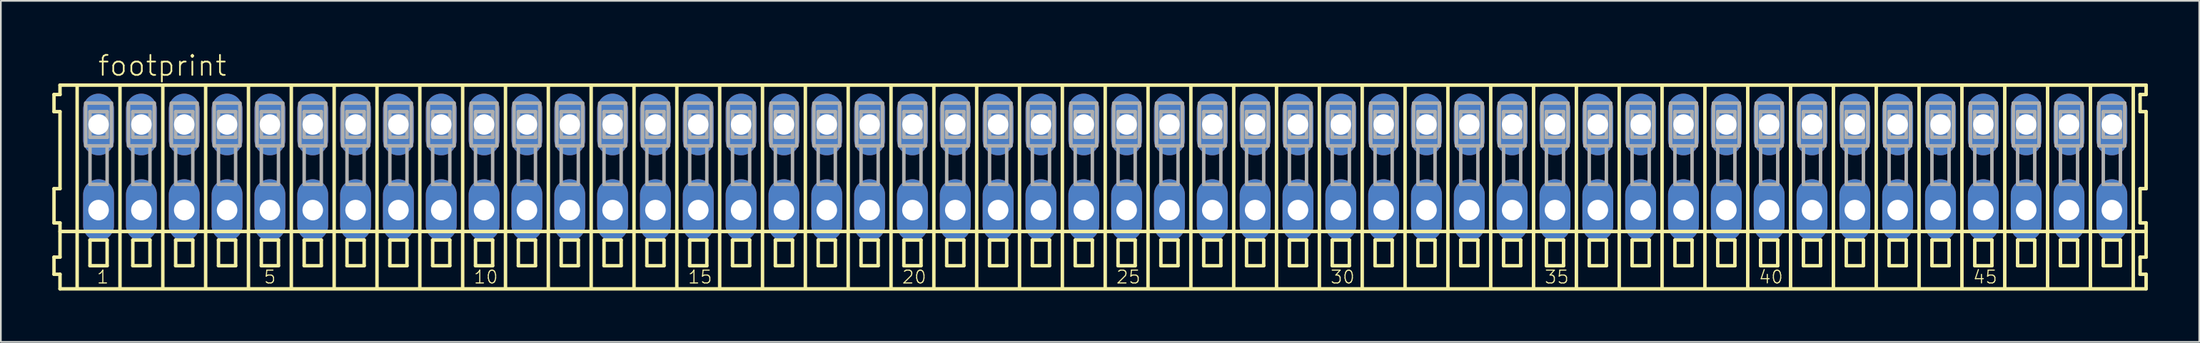
<source format=kicad_pcb>
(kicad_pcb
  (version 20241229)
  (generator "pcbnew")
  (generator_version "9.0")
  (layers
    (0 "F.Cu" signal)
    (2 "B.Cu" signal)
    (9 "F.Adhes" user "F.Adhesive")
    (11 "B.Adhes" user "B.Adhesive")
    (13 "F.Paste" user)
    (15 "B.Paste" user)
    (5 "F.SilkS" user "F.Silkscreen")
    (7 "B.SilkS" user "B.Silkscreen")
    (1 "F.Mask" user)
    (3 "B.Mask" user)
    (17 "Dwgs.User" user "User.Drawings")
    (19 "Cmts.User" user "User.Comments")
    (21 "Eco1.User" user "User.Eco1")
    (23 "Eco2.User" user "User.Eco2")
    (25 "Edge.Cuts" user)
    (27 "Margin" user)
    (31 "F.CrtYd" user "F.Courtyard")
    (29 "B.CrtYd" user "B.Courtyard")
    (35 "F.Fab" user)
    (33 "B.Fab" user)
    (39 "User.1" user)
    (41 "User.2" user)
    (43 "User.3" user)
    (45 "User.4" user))
  (footprint "footprint"
    (layer "F.Cu")
    (at 61.452 6.723)
    (property "Reference" "footprint" (at -58.85 -5.25 0) (layer "F.SilkS") (effects (font (size 1.168 1.168) (thickness 0.102)) (justify left bottom)))
    (fp_line (start -61.35 -4.25) (end -61.35 -3.25) (stroke (width 0.203) (type solid)) (layer "F.SilkS"))
    (fp_line (start -61.35 -3.25) (end -61 -3.25) (stroke (width 0.203) (type solid)) (layer "F.SilkS"))
    (fp_line (start -61.35 1.25) (end -61.35 3.25) (stroke (width 0.203) (type solid)) (layer "F.SilkS"))
    (fp_line (start -61.35 3.25) (end -61 3.25) (stroke (width 0.203) (type solid)) (layer "F.SilkS"))
    (fp_line (start -61.35 5.25) (end -61.35 6.25) (stroke (width 0.203) (type solid)) (layer "F.SilkS"))
    (fp_line (start -61.35 6.25) (end -61 6.25) (stroke (width 0.203) (type solid)) (layer "F.SilkS"))
    (fp_line (start -61 -4.8) (end -61 -4.25) (stroke (width 0.203) (type solid)) (layer "F.SilkS"))
    (fp_line (start -61 -4.25) (end -61.35 -4.25) (stroke (width 0.203) (type solid)) (layer "F.SilkS"))
    (fp_line (start -61 -3.25) (end -61 1.25) (stroke (width 0.203) (type solid)) (layer "F.SilkS"))
    (fp_line (start -61 1.25) (end -61.35 1.25) (stroke (width 0.203) (type solid)) (layer "F.SilkS"))
    (fp_line (start -61 3.25) (end -61 5.25) (stroke (width 0.203) (type solid)) (layer "F.SilkS"))
    (fp_line (start -61 3.75) (end 60.75 3.75) (stroke (width 0.203) (type solid)) (layer "F.SilkS"))
    (fp_line (start -61 5.25) (end -61.35 5.25) (stroke (width 0.203) (type solid)) (layer "F.SilkS"))
    (fp_line (start -61 6.25) (end -61 7.1) (stroke (width 0.203) (type solid)) (layer "F.SilkS"))
    (fp_line (start -61 7.1) (end 60.75 7.1) (stroke (width 0.203) (type solid)) (layer "F.SilkS"))
    (fp_line (start -60 -4.75) (end -60 7) (stroke (width 0.203) (type solid)) (layer "F.SilkS"))
    (fp_line (start -59.25 4.25) (end -59.25 5.75) (stroke (width 0.203) (type solid)) (layer "F.SilkS"))
    (fp_line (start -59.25 5.75) (end -58.25 5.75) (stroke (width 0.203) (type solid)) (layer "F.SilkS"))
    (fp_line (start -58.25 4.25) (end -59.25 4.25) (stroke (width 0.203) (type solid)) (layer "F.SilkS"))
    (fp_line (start -58.25 5.75) (end -58.25 4.25) (stroke (width 0.203) (type solid)) (layer "F.SilkS"))
    (fp_line (start -57.5 -4.75) (end -57.5 7) (stroke (width 0.203) (type solid)) (layer "F.SilkS"))
    (fp_line (start -56.75 4.25) (end -56.75 5.75) (stroke (width 0.203) (type solid)) (layer "F.SilkS"))
    (fp_line (start -56.75 5.75) (end -55.75 5.75) (stroke (width 0.203) (type solid)) (layer "F.SilkS"))
    (fp_line (start -55.75 4.25) (end -56.75 4.25) (stroke (width 0.203) (type solid)) (layer "F.SilkS"))
    (fp_line (start -55.75 5.75) (end -55.75 4.25) (stroke (width 0.203) (type solid)) (layer "F.SilkS"))
    (fp_line (start -55 -4.75) (end -55 7) (stroke (width 0.203) (type solid)) (layer "F.SilkS"))
    (fp_line (start -54.25 4.25) (end -54.25 5.75) (stroke (width 0.203) (type solid)) (layer "F.SilkS"))
    (fp_line (start -54.25 5.75) (end -53.25 5.75) (stroke (width 0.203) (type solid)) (layer "F.SilkS"))
    (fp_line (start -53.25 4.25) (end -54.25 4.25) (stroke (width 0.203) (type solid)) (layer "F.SilkS"))
    (fp_line (start -53.25 5.75) (end -53.25 4.25) (stroke (width 0.203) (type solid)) (layer "F.SilkS"))
    (fp_line (start -52.5 -4.75) (end -52.5 7) (stroke (width 0.203) (type solid)) (layer "F.SilkS"))
    (fp_line (start -51.75 4.25) (end -51.75 5.75) (stroke (width 0.203) (type solid)) (layer "F.SilkS"))
    (fp_line (start -51.75 5.75) (end -50.75 5.75) (stroke (width 0.203) (type solid)) (layer "F.SilkS"))
    (fp_line (start -50.75 4.25) (end -51.75 4.25) (stroke (width 0.203) (type solid)) (layer "F.SilkS"))
    (fp_line (start -50.75 5.75) (end -50.75 4.25) (stroke (width 0.203) (type solid)) (layer "F.SilkS"))
    (fp_line (start -50 -4.75) (end -50 7) (stroke (width 0.203) (type solid)) (layer "F.SilkS"))
    (fp_line (start -49.25 4.25) (end -49.25 5.75) (stroke (width 0.203) (type solid)) (layer "F.SilkS"))
    (fp_line (start -49.25 5.75) (end -48.25 5.75) (stroke (width 0.203) (type solid)) (layer "F.SilkS"))
    (fp_line (start -48.25 4.25) (end -49.25 4.25) (stroke (width 0.203) (type solid)) (layer "F.SilkS"))
    (fp_line (start -48.25 5.75) (end -48.25 4.25) (stroke (width 0.203) (type solid)) (layer "F.SilkS"))
    (fp_line (start -47.5 -4.75) (end -47.5 7) (stroke (width 0.203) (type solid)) (layer "F.SilkS"))
    (fp_line (start -46.75 4.25) (end -46.75 5.75) (stroke (width 0.203) (type solid)) (layer "F.SilkS"))
    (fp_line (start -46.75 5.75) (end -45.75 5.75) (stroke (width 0.203) (type solid)) (layer "F.SilkS"))
    (fp_line (start -45.75 4.25) (end -46.75 4.25) (stroke (width 0.203) (type solid)) (layer "F.SilkS"))
    (fp_line (start -45.75 5.75) (end -45.75 4.25) (stroke (width 0.203) (type solid)) (layer "F.SilkS"))
    (fp_line (start -45 -4.75) (end -45 7) (stroke (width 0.203) (type solid)) (layer "F.SilkS"))
    (fp_line (start -44.25 4.25) (end -44.25 5.75) (stroke (width 0.203) (type solid)) (layer "F.SilkS"))
    (fp_line (start -44.25 5.75) (end -43.25 5.75) (stroke (width 0.203) (type solid)) (layer "F.SilkS"))
    (fp_line (start -43.25 4.25) (end -44.25 4.25) (stroke (width 0.203) (type solid)) (layer "F.SilkS"))
    (fp_line (start -43.25 5.75) (end -43.25 4.25) (stroke (width 0.203) (type solid)) (layer "F.SilkS"))
    (fp_line (start -42.5 -4.75) (end -42.5 7) (stroke (width 0.203) (type solid)) (layer "F.SilkS"))
    (fp_line (start -41.75 4.25) (end -41.75 5.75) (stroke (width 0.203) (type solid)) (layer "F.SilkS"))
    (fp_line (start -41.75 5.75) (end -40.75 5.75) (stroke (width 0.203) (type solid)) (layer "F.SilkS"))
    (fp_line (start -40.75 4.25) (end -41.75 4.25) (stroke (width 0.203) (type solid)) (layer "F.SilkS"))
    (fp_line (start -40.75 5.75) (end -40.75 4.25) (stroke (width 0.203) (type solid)) (layer "F.SilkS"))
    (fp_line (start -40 -4.75) (end -40 7) (stroke (width 0.203) (type solid)) (layer "F.SilkS"))
    (fp_line (start -39.25 4.25) (end -39.25 5.75) (stroke (width 0.203) (type solid)) (layer "F.SilkS"))
    (fp_line (start -39.25 5.75) (end -38.25 5.75) (stroke (width 0.203) (type solid)) (layer "F.SilkS"))
    (fp_line (start -38.25 4.25) (end -39.25 4.25) (stroke (width 0.203) (type solid)) (layer "F.SilkS"))
    (fp_line (start -38.25 5.75) (end -38.25 4.25) (stroke (width 0.203) (type solid)) (layer "F.SilkS"))
    (fp_line (start -37.5 -4.75) (end -37.5 7) (stroke (width 0.203) (type solid)) (layer "F.SilkS"))
    (fp_line (start -36.75 4.25) (end -36.75 5.75) (stroke (width 0.203) (type solid)) (layer "F.SilkS"))
    (fp_line (start -36.75 5.75) (end -35.75 5.75) (stroke (width 0.203) (type solid)) (layer "F.SilkS"))
    (fp_line (start -35.75 4.25) (end -36.75 4.25) (stroke (width 0.203) (type solid)) (layer "F.SilkS"))
    (fp_line (start -35.75 5.75) (end -35.75 4.25) (stroke (width 0.203) (type solid)) (layer "F.SilkS"))
    (fp_line (start -35 -4.75) (end -35 7) (stroke (width 0.203) (type solid)) (layer "F.SilkS"))
    (fp_line (start -34.25 4.25) (end -34.25 5.75) (stroke (width 0.203) (type solid)) (layer "F.SilkS"))
    (fp_line (start -34.25 5.75) (end -33.25 5.75) (stroke (width 0.203) (type solid)) (layer "F.SilkS"))
    (fp_line (start -33.25 4.25) (end -34.25 4.25) (stroke (width 0.203) (type solid)) (layer "F.SilkS"))
    (fp_line (start -33.25 5.75) (end -33.25 4.25) (stroke (width 0.203) (type solid)) (layer "F.SilkS"))
    (fp_line (start -32.5 -4.75) (end -32.5 7) (stroke (width 0.203) (type solid)) (layer "F.SilkS"))
    (fp_line (start -31.75 4.25) (end -31.75 5.75) (stroke (width 0.203) (type solid)) (layer "F.SilkS"))
    (fp_line (start -31.75 5.75) (end -30.75 5.75) (stroke (width 0.203) (type solid)) (layer "F.SilkS"))
    (fp_line (start -30.75 4.25) (end -31.75 4.25) (stroke (width 0.203) (type solid)) (layer "F.SilkS"))
    (fp_line (start -30.75 5.75) (end -30.75 4.25) (stroke (width 0.203) (type solid)) (layer "F.SilkS"))
    (fp_line (start -30 -4.75) (end -30 7) (stroke (width 0.203) (type solid)) (layer "F.SilkS"))
    (fp_line (start -29.25 4.25) (end -29.25 5.75) (stroke (width 0.203) (type solid)) (layer "F.SilkS"))
    (fp_line (start -29.25 5.75) (end -28.25 5.75) (stroke (width 0.203) (type solid)) (layer "F.SilkS"))
    (fp_line (start -28.25 4.25) (end -29.25 4.25) (stroke (width 0.203) (type solid)) (layer "F.SilkS"))
    (fp_line (start -28.25 5.75) (end -28.25 4.25) (stroke (width 0.203) (type solid)) (layer "F.SilkS"))
    (fp_line (start -27.5 -4.75) (end -27.5 7) (stroke (width 0.203) (type solid)) (layer "F.SilkS"))
    (fp_line (start -26.75 4.25) (end -26.75 5.75) (stroke (width 0.203) (type solid)) (layer "F.SilkS"))
    (fp_line (start -26.75 5.75) (end -25.75 5.75) (stroke (width 0.203) (type solid)) (layer "F.SilkS"))
    (fp_line (start -25.75 4.25) (end -26.75 4.25) (stroke (width 0.203) (type solid)) (layer "F.SilkS"))
    (fp_line (start -25.75 5.75) (end -25.75 4.25) (stroke (width 0.203) (type solid)) (layer "F.SilkS"))
    (fp_line (start -25 -4.75) (end -25 7) (stroke (width 0.203) (type solid)) (layer "F.SilkS"))
    (fp_line (start -24.25 4.25) (end -24.25 5.75) (stroke (width 0.203) (type solid)) (layer "F.SilkS"))
    (fp_line (start -24.25 5.75) (end -23.25 5.75) (stroke (width 0.203) (type solid)) (layer "F.SilkS"))
    (fp_line (start -23.25 4.25) (end -24.25 4.25) (stroke (width 0.203) (type solid)) (layer "F.SilkS"))
    (fp_line (start -23.25 5.75) (end -23.25 4.25) (stroke (width 0.203) (type solid)) (layer "F.SilkS"))
    (fp_line (start -22.5 -4.75) (end -22.5 7) (stroke (width 0.203) (type solid)) (layer "F.SilkS"))
    (fp_line (start -21.75 4.25) (end -21.75 5.75) (stroke (width 0.203) (type solid)) (layer "F.SilkS"))
    (fp_line (start -21.75 5.75) (end -20.75 5.75) (stroke (width 0.203) (type solid)) (layer "F.SilkS"))
    (fp_line (start -20.75 4.25) (end -21.75 4.25) (stroke (width 0.203) (type solid)) (layer "F.SilkS"))
    (fp_line (start -20.75 5.75) (end -20.75 4.25) (stroke (width 0.203) (type solid)) (layer "F.SilkS"))
    (fp_line (start -20 -4.75) (end -20 7) (stroke (width 0.203) (type solid)) (layer "F.SilkS"))
    (fp_line (start -19.25 4.25) (end -19.25 5.75) (stroke (width 0.203) (type solid)) (layer "F.SilkS"))
    (fp_line (start -19.25 5.75) (end -18.25 5.75) (stroke (width 0.203) (type solid)) (layer "F.SilkS"))
    (fp_line (start -18.25 4.25) (end -19.25 4.25) (stroke (width 0.203) (type solid)) (layer "F.SilkS"))
    (fp_line (start -18.25 5.75) (end -18.25 4.25) (stroke (width 0.203) (type solid)) (layer "F.SilkS"))
    (fp_line (start -17.5 -4.75) (end -17.5 7) (stroke (width 0.203) (type solid)) (layer "F.SilkS"))
    (fp_line (start -16.75 4.25) (end -16.75 5.75) (stroke (width 0.203) (type solid)) (layer "F.SilkS"))
    (fp_line (start -16.75 5.75) (end -15.75 5.75) (stroke (width 0.203) (type solid)) (layer "F.SilkS"))
    (fp_line (start -15.75 4.25) (end -16.75 4.25) (stroke (width 0.203) (type solid)) (layer "F.SilkS"))
    (fp_line (start -15.75 5.75) (end -15.75 4.25) (stroke (width 0.203) (type solid)) (layer "F.SilkS"))
    (fp_line (start -15 -4.75) (end -15 7) (stroke (width 0.203) (type solid)) (layer "F.SilkS"))
    (fp_line (start -14.25 4.25) (end -14.25 5.75) (stroke (width 0.203) (type solid)) (layer "F.SilkS"))
    (fp_line (start -14.25 5.75) (end -13.25 5.75) (stroke (width 0.203) (type solid)) (layer "F.SilkS"))
    (fp_line (start -13.25 4.25) (end -14.25 4.25) (stroke (width 0.203) (type solid)) (layer "F.SilkS"))
    (fp_line (start -13.25 5.75) (end -13.25 4.25) (stroke (width 0.203) (type solid)) (layer "F.SilkS"))
    (fp_line (start -12.5 -4.75) (end -12.5 7) (stroke (width 0.203) (type solid)) (layer "F.SilkS"))
    (fp_line (start -11.75 4.25) (end -11.75 5.75) (stroke (width 0.203) (type solid)) (layer "F.SilkS"))
    (fp_line (start -11.75 5.75) (end -10.75 5.75) (stroke (width 0.203) (type solid)) (layer "F.SilkS"))
    (fp_line (start -10.75 4.25) (end -11.75 4.25) (stroke (width 0.203) (type solid)) (layer "F.SilkS"))
    (fp_line (start -10.75 5.75) (end -10.75 4.25) (stroke (width 0.203) (type solid)) (layer "F.SilkS"))
    (fp_line (start -10 -4.75) (end -10 7) (stroke (width 0.203) (type solid)) (layer "F.SilkS"))
    (fp_line (start -9.25 4.25) (end -9.25 5.75) (stroke (width 0.203) (type solid)) (layer "F.SilkS"))
    (fp_line (start -9.25 5.75) (end -8.25 5.75) (stroke (width 0.203) (type solid)) (layer "F.SilkS"))
    (fp_line (start -8.25 4.25) (end -9.25 4.25) (stroke (width 0.203) (type solid)) (layer "F.SilkS"))
    (fp_line (start -8.25 5.75) (end -8.25 4.25) (stroke (width 0.203) (type solid)) (layer "F.SilkS"))
    (fp_line (start -7.5 -4.75) (end -7.5 7) (stroke (width 0.203) (type solid)) (layer "F.SilkS"))
    (fp_line (start -6.75 4.25) (end -6.75 5.75) (stroke (width 0.203) (type solid)) (layer "F.SilkS"))
    (fp_line (start -6.75 5.75) (end -5.75 5.75) (stroke (width 0.203) (type solid)) (layer "F.SilkS"))
    (fp_line (start -5.75 4.25) (end -6.75 4.25) (stroke (width 0.203) (type solid)) (layer "F.SilkS"))
    (fp_line (start -5.75 5.75) (end -5.75 4.25) (stroke (width 0.203) (type solid)) (layer "F.SilkS"))
    (fp_line (start -5 -4.75) (end -5 7) (stroke (width 0.203) (type solid)) (layer "F.SilkS"))
    (fp_line (start -4.25 4.25) (end -4.25 5.75) (stroke (width 0.203) (type solid)) (layer "F.SilkS"))
    (fp_line (start -4.25 5.75) (end -3.25 5.75) (stroke (width 0.203) (type solid)) (layer "F.SilkS"))
    (fp_line (start -3.25 4.25) (end -4.25 4.25) (stroke (width 0.203) (type solid)) (layer "F.SilkS"))
    (fp_line (start -3.25 5.75) (end -3.25 4.25) (stroke (width 0.203) (type solid)) (layer "F.SilkS"))
    (fp_line (start -2.5 -4.75) (end -2.5 7) (stroke (width 0.203) (type solid)) (layer "F.SilkS"))
    (fp_line (start -1.75 4.25) (end -1.75 5.75) (stroke (width 0.203) (type solid)) (layer "F.SilkS"))
    (fp_line (start -1.75 5.75) (end -0.75 5.75) (stroke (width 0.203) (type solid)) (layer "F.SilkS"))
    (fp_line (start -0.75 4.25) (end -1.75 4.25) (stroke (width 0.203) (type solid)) (layer "F.SilkS"))
    (fp_line (start -0.75 5.75) (end -0.75 4.25) (stroke (width 0.203) (type solid)) (layer "F.SilkS"))
    (fp_line (start 0 -4.75) (end 0 7) (stroke (width 0.203) (type solid)) (layer "F.SilkS"))
    (fp_line (start 0.75 4.25) (end 0.75 5.75) (stroke (width 0.203) (type solid)) (layer "F.SilkS"))
    (fp_line (start 0.75 5.75) (end 1.75 5.75) (stroke (width 0.203) (type solid)) (layer "F.SilkS"))
    (fp_line (start 1.75 4.25) (end 0.75 4.25) (stroke (width 0.203) (type solid)) (layer "F.SilkS"))
    (fp_line (start 1.75 5.75) (end 1.75 4.25) (stroke (width 0.203) (type solid)) (layer "F.SilkS"))
    (fp_line (start 2.5 -4.75) (end 2.5 7) (stroke (width 0.203) (type solid)) (layer "F.SilkS"))
    (fp_line (start 3.25 4.25) (end 3.25 5.75) (stroke (width 0.203) (type solid)) (layer "F.SilkS"))
    (fp_line (start 3.25 5.75) (end 4.25 5.75) (stroke (width 0.203) (type solid)) (layer "F.SilkS"))
    (fp_line (start 4.25 4.25) (end 3.25 4.25) (stroke (width 0.203) (type solid)) (layer "F.SilkS"))
    (fp_line (start 4.25 5.75) (end 4.25 4.25) (stroke (width 0.203) (type solid)) (layer "F.SilkS"))
    (fp_line (start 5 -4.75) (end 5 7) (stroke (width 0.203) (type solid)) (layer "F.SilkS"))
    (fp_line (start 5.75 4.25) (end 5.75 5.75) (stroke (width 0.203) (type solid)) (layer "F.SilkS"))
    (fp_line (start 5.75 5.75) (end 6.75 5.75) (stroke (width 0.203) (type solid)) (layer "F.SilkS"))
    (fp_line (start 6.75 4.25) (end 5.75 4.25) (stroke (width 0.203) (type solid)) (layer "F.SilkS"))
    (fp_line (start 6.75 5.75) (end 6.75 4.25) (stroke (width 0.203) (type solid)) (layer "F.SilkS"))
    (fp_line (start 7.5 -4.75) (end 7.5 7) (stroke (width 0.203) (type solid)) (layer "F.SilkS"))
    (fp_line (start 8.25 4.25) (end 8.25 5.75) (stroke (width 0.203) (type solid)) (layer "F.SilkS"))
    (fp_line (start 8.25 5.75) (end 9.25 5.75) (stroke (width 0.203) (type solid)) (layer "F.SilkS"))
    (fp_line (start 9.25 4.25) (end 8.25 4.25) (stroke (width 0.203) (type solid)) (layer "F.SilkS"))
    (fp_line (start 9.25 5.75) (end 9.25 4.25) (stroke (width 0.203) (type solid)) (layer "F.SilkS"))
    (fp_line (start 10 -4.75) (end 10 7) (stroke (width 0.203) (type solid)) (layer "F.SilkS"))
    (fp_line (start 10.75 4.25) (end 10.75 5.75) (stroke (width 0.203) (type solid)) (layer "F.SilkS"))
    (fp_line (start 10.75 5.75) (end 11.75 5.75) (stroke (width 0.203) (type solid)) (layer "F.SilkS"))
    (fp_line (start 11.75 4.25) (end 10.75 4.25) (stroke (width 0.203) (type solid)) (layer "F.SilkS"))
    (fp_line (start 11.75 5.75) (end 11.75 4.25) (stroke (width 0.203) (type solid)) (layer "F.SilkS"))
    (fp_line (start 12.5 -4.75) (end 12.5 7) (stroke (width 0.203) (type solid)) (layer "F.SilkS"))
    (fp_line (start 13.25 4.25) (end 13.25 5.75) (stroke (width 0.203) (type solid)) (layer "F.SilkS"))
    (fp_line (start 13.25 5.75) (end 14.25 5.75) (stroke (width 0.203) (type solid)) (layer "F.SilkS"))
    (fp_line (start 14.25 4.25) (end 13.25 4.25) (stroke (width 0.203) (type solid)) (layer "F.SilkS"))
    (fp_line (start 14.25 5.75) (end 14.25 4.25) (stroke (width 0.203) (type solid)) (layer "F.SilkS"))
    (fp_line (start 15 -4.75) (end 15 7) (stroke (width 0.203) (type solid)) (layer "F.SilkS"))
    (fp_line (start 15.75 4.25) (end 15.75 5.75) (stroke (width 0.203) (type solid)) (layer "F.SilkS"))
    (fp_line (start 15.75 5.75) (end 16.75 5.75) (stroke (width 0.203) (type solid)) (layer "F.SilkS"))
    (fp_line (start 16.75 4.25) (end 15.75 4.25) (stroke (width 0.203) (type solid)) (layer "F.SilkS"))
    (fp_line (start 16.75 5.75) (end 16.75 4.25) (stroke (width 0.203) (type solid)) (layer "F.SilkS"))
    (fp_line (start 17.5 -4.75) (end 17.5 7) (stroke (width 0.203) (type solid)) (layer "F.SilkS"))
    (fp_line (start 18.25 4.25) (end 18.25 5.75) (stroke (width 0.203) (type solid)) (layer "F.SilkS"))
    (fp_line (start 18.25 5.75) (end 19.25 5.75) (stroke (width 0.203) (type solid)) (layer "F.SilkS"))
    (fp_line (start 19.25 4.25) (end 18.25 4.25) (stroke (width 0.203) (type solid)) (layer "F.SilkS"))
    (fp_line (start 19.25 5.75) (end 19.25 4.25) (stroke (width 0.203) (type solid)) (layer "F.SilkS"))
    (fp_line (start 20 -4.75) (end 20 7) (stroke (width 0.203) (type solid)) (layer "F.SilkS"))
    (fp_line (start 20.75 4.25) (end 20.75 5.75) (stroke (width 0.203) (type solid)) (layer "F.SilkS"))
    (fp_line (start 20.75 5.75) (end 21.75 5.75) (stroke (width 0.203) (type solid)) (layer "F.SilkS"))
    (fp_line (start 21.75 4.25) (end 20.75 4.25) (stroke (width 0.203) (type solid)) (layer "F.SilkS"))
    (fp_line (start 21.75 5.75) (end 21.75 4.25) (stroke (width 0.203) (type solid)) (layer "F.SilkS"))
    (fp_line (start 22.5 -4.75) (end 22.5 7) (stroke (width 0.203) (type solid)) (layer "F.SilkS"))
    (fp_line (start 23.25 4.25) (end 23.25 5.75) (stroke (width 0.203) (type solid)) (layer "F.SilkS"))
    (fp_line (start 23.25 5.75) (end 24.25 5.75) (stroke (width 0.203) (type solid)) (layer "F.SilkS"))
    (fp_line (start 24.25 4.25) (end 23.25 4.25) (stroke (width 0.203) (type solid)) (layer "F.SilkS"))
    (fp_line (start 24.25 5.75) (end 24.25 4.25) (stroke (width 0.203) (type solid)) (layer "F.SilkS"))
    (fp_line (start 25 -4.75) (end 25 7) (stroke (width 0.203) (type solid)) (layer "F.SilkS"))
    (fp_line (start 25.75 4.25) (end 25.75 5.75) (stroke (width 0.203) (type solid)) (layer "F.SilkS"))
    (fp_line (start 25.75 5.75) (end 26.75 5.75) (stroke (width 0.203) (type solid)) (layer "F.SilkS"))
    (fp_line (start 26.75 4.25) (end 25.75 4.25) (stroke (width 0.203) (type solid)) (layer "F.SilkS"))
    (fp_line (start 26.75 5.75) (end 26.75 4.25) (stroke (width 0.203) (type solid)) (layer "F.SilkS"))
    (fp_line (start 27.5 -4.75) (end 27.5 7) (stroke (width 0.203) (type solid)) (layer "F.SilkS"))
    (fp_line (start 28.25 4.25) (end 28.25 5.75) (stroke (width 0.203) (type solid)) (layer "F.SilkS"))
    (fp_line (start 28.25 5.75) (end 29.25 5.75) (stroke (width 0.203) (type solid)) (layer "F.SilkS"))
    (fp_line (start 29.25 4.25) (end 28.25 4.25) (stroke (width 0.203) (type solid)) (layer "F.SilkS"))
    (fp_line (start 29.25 5.75) (end 29.25 4.25) (stroke (width 0.203) (type solid)) (layer "F.SilkS"))
    (fp_line (start 30 -4.75) (end 30 7) (stroke (width 0.203) (type solid)) (layer "F.SilkS"))
    (fp_line (start 30.75 4.25) (end 30.75 5.75) (stroke (width 0.203) (type solid)) (layer "F.SilkS"))
    (fp_line (start 30.75 5.75) (end 31.75 5.75) (stroke (width 0.203) (type solid)) (layer "F.SilkS"))
    (fp_line (start 31.75 4.25) (end 30.75 4.25) (stroke (width 0.203) (type solid)) (layer "F.SilkS"))
    (fp_line (start 31.75 5.75) (end 31.75 4.25) (stroke (width 0.203) (type solid)) (layer "F.SilkS"))
    (fp_line (start 32.5 -4.75) (end 32.5 7) (stroke (width 0.203) (type solid)) (layer "F.SilkS"))
    (fp_line (start 33.25 4.25) (end 33.25 5.75) (stroke (width 0.203) (type solid)) (layer "F.SilkS"))
    (fp_line (start 33.25 5.75) (end 34.25 5.75) (stroke (width 0.203) (type solid)) (layer "F.SilkS"))
    (fp_line (start 34.25 4.25) (end 33.25 4.25) (stroke (width 0.203) (type solid)) (layer "F.SilkS"))
    (fp_line (start 34.25 5.75) (end 34.25 4.25) (stroke (width 0.203) (type solid)) (layer "F.SilkS"))
    (fp_line (start 35 -4.75) (end 35 7) (stroke (width 0.203) (type solid)) (layer "F.SilkS"))
    (fp_line (start 35.75 4.25) (end 35.75 5.75) (stroke (width 0.203) (type solid)) (layer "F.SilkS"))
    (fp_line (start 35.75 5.75) (end 36.75 5.75) (stroke (width 0.203) (type solid)) (layer "F.SilkS"))
    (fp_line (start 36.75 4.25) (end 35.75 4.25) (stroke (width 0.203) (type solid)) (layer "F.SilkS"))
    (fp_line (start 36.75 5.75) (end 36.75 4.25) (stroke (width 0.203) (type solid)) (layer "F.SilkS"))
    (fp_line (start 37.5 -4.75) (end 37.5 7) (stroke (width 0.203) (type solid)) (layer "F.SilkS"))
    (fp_line (start 38.25 4.25) (end 38.25 5.75) (stroke (width 0.203) (type solid)) (layer "F.SilkS"))
    (fp_line (start 38.25 5.75) (end 39.25 5.75) (stroke (width 0.203) (type solid)) (layer "F.SilkS"))
    (fp_line (start 39.25 4.25) (end 38.25 4.25) (stroke (width 0.203) (type solid)) (layer "F.SilkS"))
    (fp_line (start 39.25 5.75) (end 39.25 4.25) (stroke (width 0.203) (type solid)) (layer "F.SilkS"))
    (fp_line (start 40 -4.75) (end 40 7) (stroke (width 0.203) (type solid)) (layer "F.SilkS"))
    (fp_line (start 40.75 4.25) (end 40.75 5.75) (stroke (width 0.203) (type solid)) (layer "F.SilkS"))
    (fp_line (start 40.75 5.75) (end 41.75 5.75) (stroke (width 0.203) (type solid)) (layer "F.SilkS"))
    (fp_line (start 41.75 4.25) (end 40.75 4.25) (stroke (width 0.203) (type solid)) (layer "F.SilkS"))
    (fp_line (start 41.75 5.75) (end 41.75 4.25) (stroke (width 0.203) (type solid)) (layer "F.SilkS"))
    (fp_line (start 42.5 -4.75) (end 42.5 7) (stroke (width 0.203) (type solid)) (layer "F.SilkS"))
    (fp_line (start 43.25 4.25) (end 43.25 5.75) (stroke (width 0.203) (type solid)) (layer "F.SilkS"))
    (fp_line (start 43.25 5.75) (end 44.25 5.75) (stroke (width 0.203) (type solid)) (layer "F.SilkS"))
    (fp_line (start 44.25 4.25) (end 43.25 4.25) (stroke (width 0.203) (type solid)) (layer "F.SilkS"))
    (fp_line (start 44.25 5.75) (end 44.25 4.25) (stroke (width 0.203) (type solid)) (layer "F.SilkS"))
    (fp_line (start 45 -4.75) (end 45 7) (stroke (width 0.203) (type solid)) (layer "F.SilkS"))
    (fp_line (start 45.75 4.25) (end 45.75 5.75) (stroke (width 0.203) (type solid)) (layer "F.SilkS"))
    (fp_line (start 45.75 5.75) (end 46.75 5.75) (stroke (width 0.203) (type solid)) (layer "F.SilkS"))
    (fp_line (start 46.75 4.25) (end 45.75 4.25) (stroke (width 0.203) (type solid)) (layer "F.SilkS"))
    (fp_line (start 46.75 5.75) (end 46.75 4.25) (stroke (width 0.203) (type solid)) (layer "F.SilkS"))
    (fp_line (start 47.5 -4.75) (end 47.5 7) (stroke (width 0.203) (type solid)) (layer "F.SilkS"))
    (fp_line (start 48.25 4.25) (end 48.25 5.75) (stroke (width 0.203) (type solid)) (layer "F.SilkS"))
    (fp_line (start 48.25 5.75) (end 49.25 5.75) (stroke (width 0.203) (type solid)) (layer "F.SilkS"))
    (fp_line (start 49.25 4.25) (end 48.25 4.25) (stroke (width 0.203) (type solid)) (layer "F.SilkS"))
    (fp_line (start 49.25 5.75) (end 49.25 4.25) (stroke (width 0.203) (type solid)) (layer "F.SilkS"))
    (fp_line (start 50 -4.75) (end 50 7) (stroke (width 0.203) (type solid)) (layer "F.SilkS"))
    (fp_line (start 50.75 4.25) (end 50.75 5.75) (stroke (width 0.203) (type solid)) (layer "F.SilkS"))
    (fp_line (start 50.75 5.75) (end 51.75 5.75) (stroke (width 0.203) (type solid)) (layer "F.SilkS"))
    (fp_line (start 51.75 4.25) (end 50.75 4.25) (stroke (width 0.203) (type solid)) (layer "F.SilkS"))
    (fp_line (start 51.75 5.75) (end 51.75 4.25) (stroke (width 0.203) (type solid)) (layer "F.SilkS"))
    (fp_line (start 52.5 -4.75) (end 52.5 7) (stroke (width 0.203) (type solid)) (layer "F.SilkS"))
    (fp_line (start 53.25 4.25) (end 53.25 5.75) (stroke (width 0.203) (type solid)) (layer "F.SilkS"))
    (fp_line (start 53.25 5.75) (end 54.25 5.75) (stroke (width 0.203) (type solid)) (layer "F.SilkS"))
    (fp_line (start 54.25 4.25) (end 53.25 4.25) (stroke (width 0.203) (type solid)) (layer "F.SilkS"))
    (fp_line (start 54.25 5.75) (end 54.25 4.25) (stroke (width 0.203) (type solid)) (layer "F.SilkS"))
    (fp_line (start 55 -4.75) (end 55 7) (stroke (width 0.203) (type solid)) (layer "F.SilkS"))
    (fp_line (start 55.75 4.25) (end 55.75 5.75) (stroke (width 0.203) (type solid)) (layer "F.SilkS"))
    (fp_line (start 55.75 5.75) (end 56.75 5.75) (stroke (width 0.203) (type solid)) (layer "F.SilkS"))
    (fp_line (start 56.75 4.25) (end 55.75 4.25) (stroke (width 0.203) (type solid)) (layer "F.SilkS"))
    (fp_line (start 56.75 5.75) (end 56.75 4.25) (stroke (width 0.203) (type solid)) (layer "F.SilkS"))
    (fp_line (start 57.5 -4.75) (end 57.5 7) (stroke (width 0.203) (type solid)) (layer "F.SilkS"))
    (fp_line (start 58.25 4.25) (end 58.25 5.75) (stroke (width 0.203) (type solid)) (layer "F.SilkS"))
    (fp_line (start 58.25 5.75) (end 59.25 5.75) (stroke (width 0.203) (type solid)) (layer "F.SilkS"))
    (fp_line (start 59.25 4.25) (end 58.25 4.25) (stroke (width 0.203) (type solid)) (layer "F.SilkS"))
    (fp_line (start 59.25 5.75) (end 59.25 4.25) (stroke (width 0.203) (type solid)) (layer "F.SilkS"))
    (fp_line (start 60 -4.75) (end 60 7) (stroke (width 0.203) (type solid)) (layer "F.SilkS"))
    (fp_line (start 60.4 -4.25) (end 60.4 -3.25) (stroke (width 0.203) (type solid)) (layer "F.SilkS"))
    (fp_line (start 60.4 -3.25) (end 60.75 -3.25) (stroke (width 0.203) (type solid)) (layer "F.SilkS"))
    (fp_line (start 60.4 1.25) (end 60.4 3.25) (stroke (width 0.203) (type solid)) (layer "F.SilkS"))
    (fp_line (start 60.4 3.25) (end 60.75 3.25) (stroke (width 0.203) (type solid)) (layer "F.SilkS"))
    (fp_line (start 60.4 5.25) (end 60.4 6.25) (stroke (width 0.203) (type solid)) (layer "F.SilkS"))
    (fp_line (start 60.4 6.25) (end 60.75 6.25) (stroke (width 0.203) (type solid)) (layer "F.SilkS"))
    (fp_line (start 60.75 -4.8) (end -61 -4.8) (stroke (width 0.203) (type solid)) (layer "F.SilkS"))
    (fp_line (start 60.75 -4.25) (end 60.4 -4.25) (stroke (width 0.203) (type solid)) (layer "F.SilkS"))
    (fp_line (start 60.75 -4.25) (end 60.75 -4.8) (stroke (width 0.203) (type solid)) (layer "F.SilkS"))
    (fp_line (start 60.75 1.25) (end 60.4 1.25) (stroke (width 0.203) (type solid)) (layer "F.SilkS"))
    (fp_line (start 60.75 1.25) (end 60.75 -3.25) (stroke (width 0.203) (type solid)) (layer "F.SilkS"))
    (fp_line (start 60.75 3.75) (end 60.75 3.25) (stroke (width 0.203) (type solid)) (layer "F.SilkS"))
    (fp_line (start 60.75 5.25) (end 60.4 5.25) (stroke (width 0.203) (type solid)) (layer "F.SilkS"))
    (fp_line (start 60.75 5.25) (end 60.75 3.75) (stroke (width 0.203) (type solid)) (layer "F.SilkS"))
    (fp_line (start 60.75 7.1) (end 60.75 6.25) (stroke (width 0.203) (type solid)) (layer "F.SilkS"))
    (fp_line (start -59.5 -3.75) (end -59.5 -1.25) (stroke (width 0.203) (type solid)) (layer "F.Fab"))
    (fp_line (start -59.5 -1.25) (end -59.25 -1.25) (stroke (width 0.203) (type solid)) (layer "F.Fab"))
    (fp_line (start -59.25 -3.25) (end -59.25 -1.75) (stroke (width 0.203) (type solid)) (layer "F.Fab"))
    (fp_line (start -59.25 -1.75) (end -58.25 -1.75) (stroke (width 0.203) (type solid)) (layer "F.Fab"))
    (fp_line (start -59.25 -1.25) (end -59.25 1) (stroke (width 0.203) (type solid)) (layer "F.Fab"))
    (fp_line (start -59.25 -1.25) (end -58.25 -1.25) (stroke (width 0.203) (type solid)) (layer "F.Fab"))
    (fp_line (start -59.25 1) (end -58.25 1) (stroke (width 0.203) (type solid)) (layer "F.Fab"))
    (fp_line (start -58.25 -3.25) (end -59.25 -3.25) (stroke (width 0.203) (type solid)) (layer "F.Fab"))
    (fp_line (start -58.25 -1.75) (end -58.25 -3.25) (stroke (width 0.203) (type solid)) (layer "F.Fab"))
    (fp_line (start -58.25 -1.25) (end -58 -1.25) (stroke (width 0.203) (type solid)) (layer "F.Fab"))
    (fp_line (start -58.25 1) (end -58.25 -1.25) (stroke (width 0.203) (type solid)) (layer "F.Fab"))
    (fp_line (start -58 -3.75) (end -59.5 -3.75) (stroke (width 0.203) (type solid)) (layer "F.Fab"))
    (fp_line (start -58 -1.25) (end -58 -3.75) (stroke (width 0.203) (type solid)) (layer "F.Fab"))
    (fp_line (start -57 -3.75) (end -57 -1.25) (stroke (width 0.203) (type solid)) (layer "F.Fab"))
    (fp_line (start -57 -1.25) (end -56.75 -1.25) (stroke (width 0.203) (type solid)) (layer "F.Fab"))
    (fp_line (start -56.75 -3.25) (end -56.75 -1.75) (stroke (width 0.203) (type solid)) (layer "F.Fab"))
    (fp_line (start -56.75 -1.75) (end -55.75 -1.75) (stroke (width 0.203) (type solid)) (layer "F.Fab"))
    (fp_line (start -56.75 -1.25) (end -56.75 1) (stroke (width 0.203) (type solid)) (layer "F.Fab"))
    (fp_line (start -56.75 -1.25) (end -55.75 -1.25) (stroke (width 0.203) (type solid)) (layer "F.Fab"))
    (fp_line (start -56.75 1) (end -55.75 1) (stroke (width 0.203) (type solid)) (layer "F.Fab"))
    (fp_line (start -55.75 -3.25) (end -56.75 -3.25) (stroke (width 0.203) (type solid)) (layer "F.Fab"))
    (fp_line (start -55.75 -1.75) (end -55.75 -3.25) (stroke (width 0.203) (type solid)) (layer "F.Fab"))
    (fp_line (start -55.75 -1.25) (end -55.5 -1.25) (stroke (width 0.203) (type solid)) (layer "F.Fab"))
    (fp_line (start -55.75 1) (end -55.75 -1.25) (stroke (width 0.203) (type solid)) (layer "F.Fab"))
    (fp_line (start -55.5 -3.75) (end -57 -3.75) (stroke (width 0.203) (type solid)) (layer "F.Fab"))
    (fp_line (start -55.5 -1.25) (end -55.5 -3.75) (stroke (width 0.203) (type solid)) (layer "F.Fab"))
    (fp_line (start -54.5 -3.75) (end -54.5 -1.25) (stroke (width 0.203) (type solid)) (layer "F.Fab"))
    (fp_line (start -54.5 -1.25) (end -54.25 -1.25) (stroke (width 0.203) (type solid)) (layer "F.Fab"))
    (fp_line (start -54.25 -3.25) (end -54.25 -1.75) (stroke (width 0.203) (type solid)) (layer "F.Fab"))
    (fp_line (start -54.25 -1.75) (end -53.25 -1.75) (stroke (width 0.203) (type solid)) (layer "F.Fab"))
    (fp_line (start -54.25 -1.25) (end -54.25 1) (stroke (width 0.203) (type solid)) (layer "F.Fab"))
    (fp_line (start -54.25 -1.25) (end -53.25 -1.25) (stroke (width 0.203) (type solid)) (layer "F.Fab"))
    (fp_line (start -54.25 1) (end -53.25 1) (stroke (width 0.203) (type solid)) (layer "F.Fab"))
    (fp_line (start -53.25 -3.25) (end -54.25 -3.25) (stroke (width 0.203) (type solid)) (layer "F.Fab"))
    (fp_line (start -53.25 -1.75) (end -53.25 -3.25) (stroke (width 0.203) (type solid)) (layer "F.Fab"))
    (fp_line (start -53.25 -1.25) (end -53 -1.25) (stroke (width 0.203) (type solid)) (layer "F.Fab"))
    (fp_line (start -53.25 1) (end -53.25 -1.25) (stroke (width 0.203) (type solid)) (layer "F.Fab"))
    (fp_line (start -53 -3.75) (end -54.5 -3.75) (stroke (width 0.203) (type solid)) (layer "F.Fab"))
    (fp_line (start -53 -1.25) (end -53 -3.75) (stroke (width 0.203) (type solid)) (layer "F.Fab"))
    (fp_line (start -52 -3.75) (end -52 -1.25) (stroke (width 0.203) (type solid)) (layer "F.Fab"))
    (fp_line (start -52 -1.25) (end -51.75 -1.25) (stroke (width 0.203) (type solid)) (layer "F.Fab"))
    (fp_line (start -51.75 -3.25) (end -51.75 -1.75) (stroke (width 0.203) (type solid)) (layer "F.Fab"))
    (fp_line (start -51.75 -1.75) (end -50.75 -1.75) (stroke (width 0.203) (type solid)) (layer "F.Fab"))
    (fp_line (start -51.75 -1.25) (end -51.75 1) (stroke (width 0.203) (type solid)) (layer "F.Fab"))
    (fp_line (start -51.75 -1.25) (end -50.75 -1.25) (stroke (width 0.203) (type solid)) (layer "F.Fab"))
    (fp_line (start -51.75 1) (end -50.75 1) (stroke (width 0.203) (type solid)) (layer "F.Fab"))
    (fp_line (start -50.75 -3.25) (end -51.75 -3.25) (stroke (width 0.203) (type solid)) (layer "F.Fab"))
    (fp_line (start -50.75 -1.75) (end -50.75 -3.25) (stroke (width 0.203) (type solid)) (layer "F.Fab"))
    (fp_line (start -50.75 -1.25) (end -50.5 -1.25) (stroke (width 0.203) (type solid)) (layer "F.Fab"))
    (fp_line (start -50.75 1) (end -50.75 -1.25) (stroke (width 0.203) (type solid)) (layer "F.Fab"))
    (fp_line (start -50.5 -3.75) (end -52 -3.75) (stroke (width 0.203) (type solid)) (layer "F.Fab"))
    (fp_line (start -50.5 -1.25) (end -50.5 -3.75) (stroke (width 0.203) (type solid)) (layer "F.Fab"))
    (fp_line (start -49.5 -3.75) (end -49.5 -1.25) (stroke (width 0.203) (type solid)) (layer "F.Fab"))
    (fp_line (start -49.5 -1.25) (end -49.25 -1.25) (stroke (width 0.203) (type solid)) (layer "F.Fab"))
    (fp_line (start -49.25 -3.25) (end -49.25 -1.75) (stroke (width 0.203) (type solid)) (layer "F.Fab"))
    (fp_line (start -49.25 -1.75) (end -48.25 -1.75) (stroke (width 0.203) (type solid)) (layer "F.Fab"))
    (fp_line (start -49.25 -1.25) (end -49.25 1) (stroke (width 0.203) (type solid)) (layer "F.Fab"))
    (fp_line (start -49.25 -1.25) (end -48.25 -1.25) (stroke (width 0.203) (type solid)) (layer "F.Fab"))
    (fp_line (start -49.25 1) (end -48.25 1) (stroke (width 0.203) (type solid)) (layer "F.Fab"))
    (fp_line (start -48.25 -3.25) (end -49.25 -3.25) (stroke (width 0.203) (type solid)) (layer "F.Fab"))
    (fp_line (start -48.25 -1.75) (end -48.25 -3.25) (stroke (width 0.203) (type solid)) (layer "F.Fab"))
    (fp_line (start -48.25 -1.25) (end -48 -1.25) (stroke (width 0.203) (type solid)) (layer "F.Fab"))
    (fp_line (start -48.25 1) (end -48.25 -1.25) (stroke (width 0.203) (type solid)) (layer "F.Fab"))
    (fp_line (start -48 -3.75) (end -49.5 -3.75) (stroke (width 0.203) (type solid)) (layer "F.Fab"))
    (fp_line (start -48 -1.25) (end -48 -3.75) (stroke (width 0.203) (type solid)) (layer "F.Fab"))
    (fp_line (start -47 -3.75) (end -47 -1.25) (stroke (width 0.203) (type solid)) (layer "F.Fab"))
    (fp_line (start -47 -1.25) (end -46.75 -1.25) (stroke (width 0.203) (type solid)) (layer "F.Fab"))
    (fp_line (start -46.75 -3.25) (end -46.75 -1.75) (stroke (width 0.203) (type solid)) (layer "F.Fab"))
    (fp_line (start -46.75 -1.75) (end -45.75 -1.75) (stroke (width 0.203) (type solid)) (layer "F.Fab"))
    (fp_line (start -46.75 -1.25) (end -46.75 1) (stroke (width 0.203) (type solid)) (layer "F.Fab"))
    (fp_line (start -46.75 -1.25) (end -45.75 -1.25) (stroke (width 0.203) (type solid)) (layer "F.Fab"))
    (fp_line (start -46.75 1) (end -45.75 1) (stroke (width 0.203) (type solid)) (layer "F.Fab"))
    (fp_line (start -45.75 -3.25) (end -46.75 -3.25) (stroke (width 0.203) (type solid)) (layer "F.Fab"))
    (fp_line (start -45.75 -1.75) (end -45.75 -3.25) (stroke (width 0.203) (type solid)) (layer "F.Fab"))
    (fp_line (start -45.75 -1.25) (end -45.5 -1.25) (stroke (width 0.203) (type solid)) (layer "F.Fab"))
    (fp_line (start -45.75 1) (end -45.75 -1.25) (stroke (width 0.203) (type solid)) (layer "F.Fab"))
    (fp_line (start -45.5 -3.75) (end -47 -3.75) (stroke (width 0.203) (type solid)) (layer "F.Fab"))
    (fp_line (start -45.5 -1.25) (end -45.5 -3.75) (stroke (width 0.203) (type solid)) (layer "F.Fab"))
    (fp_line (start -44.5 -3.75) (end -44.5 -1.25) (stroke (width 0.203) (type solid)) (layer "F.Fab"))
    (fp_line (start -44.5 -1.25) (end -44.25 -1.25) (stroke (width 0.203) (type solid)) (layer "F.Fab"))
    (fp_line (start -44.25 -3.25) (end -44.25 -1.75) (stroke (width 0.203) (type solid)) (layer "F.Fab"))
    (fp_line (start -44.25 -1.75) (end -43.25 -1.75) (stroke (width 0.203) (type solid)) (layer "F.Fab"))
    (fp_line (start -44.25 -1.25) (end -44.25 1) (stroke (width 0.203) (type solid)) (layer "F.Fab"))
    (fp_line (start -44.25 -1.25) (end -43.25 -1.25) (stroke (width 0.203) (type solid)) (layer "F.Fab"))
    (fp_line (start -44.25 1) (end -43.25 1) (stroke (width 0.203) (type solid)) (layer "F.Fab"))
    (fp_line (start -43.25 -3.25) (end -44.25 -3.25) (stroke (width 0.203) (type solid)) (layer "F.Fab"))
    (fp_line (start -43.25 -1.75) (end -43.25 -3.25) (stroke (width 0.203) (type solid)) (layer "F.Fab"))
    (fp_line (start -43.25 -1.25) (end -43 -1.25) (stroke (width 0.203) (type solid)) (layer "F.Fab"))
    (fp_line (start -43.25 1) (end -43.25 -1.25) (stroke (width 0.203) (type solid)) (layer "F.Fab"))
    (fp_line (start -43 -3.75) (end -44.5 -3.75) (stroke (width 0.203) (type solid)) (layer "F.Fab"))
    (fp_line (start -43 -1.25) (end -43 -3.75) (stroke (width 0.203) (type solid)) (layer "F.Fab"))
    (fp_line (start -42 -3.75) (end -42 -1.25) (stroke (width 0.203) (type solid)) (layer "F.Fab"))
    (fp_line (start -42 -1.25) (end -41.75 -1.25) (stroke (width 0.203) (type solid)) (layer "F.Fab"))
    (fp_line (start -41.75 -3.25) (end -41.75 -1.75) (stroke (width 0.203) (type solid)) (layer "F.Fab"))
    (fp_line (start -41.75 -1.75) (end -40.75 -1.75) (stroke (width 0.203) (type solid)) (layer "F.Fab"))
    (fp_line (start -41.75 -1.25) (end -41.75 1) (stroke (width 0.203) (type solid)) (layer "F.Fab"))
    (fp_line (start -41.75 -1.25) (end -40.75 -1.25) (stroke (width 0.203) (type solid)) (layer "F.Fab"))
    (fp_line (start -41.75 1) (end -40.75 1) (stroke (width 0.203) (type solid)) (layer "F.Fab"))
    (fp_line (start -40.75 -3.25) (end -41.75 -3.25) (stroke (width 0.203) (type solid)) (layer "F.Fab"))
    (fp_line (start -40.75 -1.75) (end -40.75 -3.25) (stroke (width 0.203) (type solid)) (layer "F.Fab"))
    (fp_line (start -40.75 -1.25) (end -40.5 -1.25) (stroke (width 0.203) (type solid)) (layer "F.Fab"))
    (fp_line (start -40.75 1) (end -40.75 -1.25) (stroke (width 0.203) (type solid)) (layer "F.Fab"))
    (fp_line (start -40.5 -3.75) (end -42 -3.75) (stroke (width 0.203) (type solid)) (layer "F.Fab"))
    (fp_line (start -40.5 -1.25) (end -40.5 -3.75) (stroke (width 0.203) (type solid)) (layer "F.Fab"))
    (fp_line (start -39.5 -3.75) (end -39.5 -1.25) (stroke (width 0.203) (type solid)) (layer "F.Fab"))
    (fp_line (start -39.5 -1.25) (end -39.25 -1.25) (stroke (width 0.203) (type solid)) (layer "F.Fab"))
    (fp_line (start -39.25 -3.25) (end -39.25 -1.75) (stroke (width 0.203) (type solid)) (layer "F.Fab"))
    (fp_line (start -39.25 -1.75) (end -38.25 -1.75) (stroke (width 0.203) (type solid)) (layer "F.Fab"))
    (fp_line (start -39.25 -1.25) (end -39.25 1) (stroke (width 0.203) (type solid)) (layer "F.Fab"))
    (fp_line (start -39.25 -1.25) (end -38.25 -1.25) (stroke (width 0.203) (type solid)) (layer "F.Fab"))
    (fp_line (start -39.25 1) (end -38.25 1) (stroke (width 0.203) (type solid)) (layer "F.Fab"))
    (fp_line (start -38.25 -3.25) (end -39.25 -3.25) (stroke (width 0.203) (type solid)) (layer "F.Fab"))
    (fp_line (start -38.25 -1.75) (end -38.25 -3.25) (stroke (width 0.203) (type solid)) (layer "F.Fab"))
    (fp_line (start -38.25 -1.25) (end -38 -1.25) (stroke (width 0.203) (type solid)) (layer "F.Fab"))
    (fp_line (start -38.25 1) (end -38.25 -1.25) (stroke (width 0.203) (type solid)) (layer "F.Fab"))
    (fp_line (start -38 -3.75) (end -39.5 -3.75) (stroke (width 0.203) (type solid)) (layer "F.Fab"))
    (fp_line (start -38 -1.25) (end -38 -3.75) (stroke (width 0.203) (type solid)) (layer "F.Fab"))
    (fp_line (start -37 -3.75) (end -37 -1.25) (stroke (width 0.203) (type solid)) (layer "F.Fab"))
    (fp_line (start -37 -1.25) (end -36.75 -1.25) (stroke (width 0.203) (type solid)) (layer "F.Fab"))
    (fp_line (start -36.75 -3.25) (end -36.75 -1.75) (stroke (width 0.203) (type solid)) (layer "F.Fab"))
    (fp_line (start -36.75 -1.75) (end -35.75 -1.75) (stroke (width 0.203) (type solid)) (layer "F.Fab"))
    (fp_line (start -36.75 -1.25) (end -36.75 1) (stroke (width 0.203) (type solid)) (layer "F.Fab"))
    (fp_line (start -36.75 -1.25) (end -35.75 -1.25) (stroke (width 0.203) (type solid)) (layer "F.Fab"))
    (fp_line (start -36.75 1) (end -35.75 1) (stroke (width 0.203) (type solid)) (layer "F.Fab"))
    (fp_line (start -35.75 -3.25) (end -36.75 -3.25) (stroke (width 0.203) (type solid)) (layer "F.Fab"))
    (fp_line (start -35.75 -1.75) (end -35.75 -3.25) (stroke (width 0.203) (type solid)) (layer "F.Fab"))
    (fp_line (start -35.75 -1.25) (end -35.5 -1.25) (stroke (width 0.203) (type solid)) (layer "F.Fab"))
    (fp_line (start -35.75 1) (end -35.75 -1.25) (stroke (width 0.203) (type solid)) (layer "F.Fab"))
    (fp_line (start -35.5 -3.75) (end -37 -3.75) (stroke (width 0.203) (type solid)) (layer "F.Fab"))
    (fp_line (start -35.5 -1.25) (end -35.5 -3.75) (stroke (width 0.203) (type solid)) (layer "F.Fab"))
    (fp_line (start -34.5 -3.75) (end -34.5 -1.25) (stroke (width 0.203) (type solid)) (layer "F.Fab"))
    (fp_line (start -34.5 -1.25) (end -34.25 -1.25) (stroke (width 0.203) (type solid)) (layer "F.Fab"))
    (fp_line (start -34.25 -3.25) (end -34.25 -1.75) (stroke (width 0.203) (type solid)) (layer "F.Fab"))
    (fp_line (start -34.25 -1.75) (end -33.25 -1.75) (stroke (width 0.203) (type solid)) (layer "F.Fab"))
    (fp_line (start -34.25 -1.25) (end -34.25 1) (stroke (width 0.203) (type solid)) (layer "F.Fab"))
    (fp_line (start -34.25 -1.25) (end -33.25 -1.25) (stroke (width 0.203) (type solid)) (layer "F.Fab"))
    (fp_line (start -34.25 1) (end -33.25 1) (stroke (width 0.203) (type solid)) (layer "F.Fab"))
    (fp_line (start -33.25 -3.25) (end -34.25 -3.25) (stroke (width 0.203) (type solid)) (layer "F.Fab"))
    (fp_line (start -33.25 -1.75) (end -33.25 -3.25) (stroke (width 0.203) (type solid)) (layer "F.Fab"))
    (fp_line (start -33.25 -1.25) (end -33 -1.25) (stroke (width 0.203) (type solid)) (layer "F.Fab"))
    (fp_line (start -33.25 1) (end -33.25 -1.25) (stroke (width 0.203) (type solid)) (layer "F.Fab"))
    (fp_line (start -33 -3.75) (end -34.5 -3.75) (stroke (width 0.203) (type solid)) (layer "F.Fab"))
    (fp_line (start -33 -1.25) (end -33 -3.75) (stroke (width 0.203) (type solid)) (layer "F.Fab"))
    (fp_line (start -32 -3.75) (end -32 -1.25) (stroke (width 0.203) (type solid)) (layer "F.Fab"))
    (fp_line (start -32 -1.25) (end -31.75 -1.25) (stroke (width 0.203) (type solid)) (layer "F.Fab"))
    (fp_line (start -31.75 -3.25) (end -31.75 -1.75) (stroke (width 0.203) (type solid)) (layer "F.Fab"))
    (fp_line (start -31.75 -1.75) (end -30.75 -1.75) (stroke (width 0.203) (type solid)) (layer "F.Fab"))
    (fp_line (start -31.75 -1.25) (end -31.75 1) (stroke (width 0.203) (type solid)) (layer "F.Fab"))
    (fp_line (start -31.75 -1.25) (end -30.75 -1.25) (stroke (width 0.203) (type solid)) (layer "F.Fab"))
    (fp_line (start -31.75 1) (end -30.75 1) (stroke (width 0.203) (type solid)) (layer "F.Fab"))
    (fp_line (start -30.75 -3.25) (end -31.75 -3.25) (stroke (width 0.203) (type solid)) (layer "F.Fab"))
    (fp_line (start -30.75 -1.75) (end -30.75 -3.25) (stroke (width 0.203) (type solid)) (layer "F.Fab"))
    (fp_line (start -30.75 -1.25) (end -30.5 -1.25) (stroke (width 0.203) (type solid)) (layer "F.Fab"))
    (fp_line (start -30.75 1) (end -30.75 -1.25) (stroke (width 0.203) (type solid)) (layer "F.Fab"))
    (fp_line (start -30.5 -3.75) (end -32 -3.75) (stroke (width 0.203) (type solid)) (layer "F.Fab"))
    (fp_line (start -30.5 -1.25) (end -30.5 -3.75) (stroke (width 0.203) (type solid)) (layer "F.Fab"))
    (fp_line (start -29.5 -3.75) (end -29.5 -1.25) (stroke (width 0.203) (type solid)) (layer "F.Fab"))
    (fp_line (start -29.5 -1.25) (end -29.25 -1.25) (stroke (width 0.203) (type solid)) (layer "F.Fab"))
    (fp_line (start -29.25 -3.25) (end -29.25 -1.75) (stroke (width 0.203) (type solid)) (layer "F.Fab"))
    (fp_line (start -29.25 -1.75) (end -28.25 -1.75) (stroke (width 0.203) (type solid)) (layer "F.Fab"))
    (fp_line (start -29.25 -1.25) (end -29.25 1) (stroke (width 0.203) (type solid)) (layer "F.Fab"))
    (fp_line (start -29.25 -1.25) (end -28.25 -1.25) (stroke (width 0.203) (type solid)) (layer "F.Fab"))
    (fp_line (start -29.25 1) (end -28.25 1) (stroke (width 0.203) (type solid)) (layer "F.Fab"))
    (fp_line (start -28.25 -3.25) (end -29.25 -3.25) (stroke (width 0.203) (type solid)) (layer "F.Fab"))
    (fp_line (start -28.25 -1.75) (end -28.25 -3.25) (stroke (width 0.203) (type solid)) (layer "F.Fab"))
    (fp_line (start -28.25 -1.25) (end -28 -1.25) (stroke (width 0.203) (type solid)) (layer "F.Fab"))
    (fp_line (start -28.25 1) (end -28.25 -1.25) (stroke (width 0.203) (type solid)) (layer "F.Fab"))
    (fp_line (start -28 -3.75) (end -29.5 -3.75) (stroke (width 0.203) (type solid)) (layer "F.Fab"))
    (fp_line (start -28 -1.25) (end -28 -3.75) (stroke (width 0.203) (type solid)) (layer "F.Fab"))
    (fp_line (start -27 -3.75) (end -27 -1.25) (stroke (width 0.203) (type solid)) (layer "F.Fab"))
    (fp_line (start -27 -1.25) (end -26.75 -1.25) (stroke (width 0.203) (type solid)) (layer "F.Fab"))
    (fp_line (start -26.75 -3.25) (end -26.75 -1.75) (stroke (width 0.203) (type solid)) (layer "F.Fab"))
    (fp_line (start -26.75 -1.75) (end -25.75 -1.75) (stroke (width 0.203) (type solid)) (layer "F.Fab"))
    (fp_line (start -26.75 -1.25) (end -26.75 1) (stroke (width 0.203) (type solid)) (layer "F.Fab"))
    (fp_line (start -26.75 -1.25) (end -25.75 -1.25) (stroke (width 0.203) (type solid)) (layer "F.Fab"))
    (fp_line (start -26.75 1) (end -25.75 1) (stroke (width 0.203) (type solid)) (layer "F.Fab"))
    (fp_line (start -25.75 -3.25) (end -26.75 -3.25) (stroke (width 0.203) (type solid)) (layer "F.Fab"))
    (fp_line (start -25.75 -1.75) (end -25.75 -3.25) (stroke (width 0.203) (type solid)) (layer "F.Fab"))
    (fp_line (start -25.75 -1.25) (end -25.5 -1.25) (stroke (width 0.203) (type solid)) (layer "F.Fab"))
    (fp_line (start -25.75 1) (end -25.75 -1.25) (stroke (width 0.203) (type solid)) (layer "F.Fab"))
    (fp_line (start -25.5 -3.75) (end -27 -3.75) (stroke (width 0.203) (type solid)) (layer "F.Fab"))
    (fp_line (start -25.5 -1.25) (end -25.5 -3.75) (stroke (width 0.203) (type solid)) (layer "F.Fab"))
    (fp_line (start -24.5 -3.75) (end -24.5 -1.25) (stroke (width 0.203) (type solid)) (layer "F.Fab"))
    (fp_line (start -24.5 -1.25) (end -24.25 -1.25) (stroke (width 0.203) (type solid)) (layer "F.Fab"))
    (fp_line (start -24.25 -3.25) (end -24.25 -1.75) (stroke (width 0.203) (type solid)) (layer "F.Fab"))
    (fp_line (start -24.25 -1.75) (end -23.25 -1.75) (stroke (width 0.203) (type solid)) (layer "F.Fab"))
    (fp_line (start -24.25 -1.25) (end -24.25 1) (stroke (width 0.203) (type solid)) (layer "F.Fab"))
    (fp_line (start -24.25 -1.25) (end -23.25 -1.25) (stroke (width 0.203) (type solid)) (layer "F.Fab"))
    (fp_line (start -24.25 1) (end -23.25 1) (stroke (width 0.203) (type solid)) (layer "F.Fab"))
    (fp_line (start -23.25 -3.25) (end -24.25 -3.25) (stroke (width 0.203) (type solid)) (layer "F.Fab"))
    (fp_line (start -23.25 -1.75) (end -23.25 -3.25) (stroke (width 0.203) (type solid)) (layer "F.Fab"))
    (fp_line (start -23.25 -1.25) (end -23 -1.25) (stroke (width 0.203) (type solid)) (layer "F.Fab"))
    (fp_line (start -23.25 1) (end -23.25 -1.25) (stroke (width 0.203) (type solid)) (layer "F.Fab"))
    (fp_line (start -23 -3.75) (end -24.5 -3.75) (stroke (width 0.203) (type solid)) (layer "F.Fab"))
    (fp_line (start -23 -1.25) (end -23 -3.75) (stroke (width 0.203) (type solid)) (layer "F.Fab"))
    (fp_line (start -22 -3.75) (end -22 -1.25) (stroke (width 0.203) (type solid)) (layer "F.Fab"))
    (fp_line (start -22 -1.25) (end -21.75 -1.25) (stroke (width 0.203) (type solid)) (layer "F.Fab"))
    (fp_line (start -21.75 -3.25) (end -21.75 -1.75) (stroke (width 0.203) (type solid)) (layer "F.Fab"))
    (fp_line (start -21.75 -1.75) (end -20.75 -1.75) (stroke (width 0.203) (type solid)) (layer "F.Fab"))
    (fp_line (start -21.75 -1.25) (end -21.75 1) (stroke (width 0.203) (type solid)) (layer "F.Fab"))
    (fp_line (start -21.75 -1.25) (end -20.75 -1.25) (stroke (width 0.203) (type solid)) (layer "F.Fab"))
    (fp_line (start -21.75 1) (end -20.75 1) (stroke (width 0.203) (type solid)) (layer "F.Fab"))
    (fp_line (start -20.75 -3.25) (end -21.75 -3.25) (stroke (width 0.203) (type solid)) (layer "F.Fab"))
    (fp_line (start -20.75 -1.75) (end -20.75 -3.25) (stroke (width 0.203) (type solid)) (layer "F.Fab"))
    (fp_line (start -20.75 -1.25) (end -20.5 -1.25) (stroke (width 0.203) (type solid)) (layer "F.Fab"))
    (fp_line (start -20.75 1) (end -20.75 -1.25) (stroke (width 0.203) (type solid)) (layer "F.Fab"))
    (fp_line (start -20.5 -3.75) (end -22 -3.75) (stroke (width 0.203) (type solid)) (layer "F.Fab"))
    (fp_line (start -20.5 -1.25) (end -20.5 -3.75) (stroke (width 0.203) (type solid)) (layer "F.Fab"))
    (fp_line (start -19.5 -3.75) (end -19.5 -1.25) (stroke (width 0.203) (type solid)) (layer "F.Fab"))
    (fp_line (start -19.5 -1.25) (end -19.25 -1.25) (stroke (width 0.203) (type solid)) (layer "F.Fab"))
    (fp_line (start -19.25 -3.25) (end -19.25 -1.75) (stroke (width 0.203) (type solid)) (layer "F.Fab"))
    (fp_line (start -19.25 -1.75) (end -18.25 -1.75) (stroke (width 0.203) (type solid)) (layer "F.Fab"))
    (fp_line (start -19.25 -1.25) (end -19.25 1) (stroke (width 0.203) (type solid)) (layer "F.Fab"))
    (fp_line (start -19.25 -1.25) (end -18.25 -1.25) (stroke (width 0.203) (type solid)) (layer "F.Fab"))
    (fp_line (start -19.25 1) (end -18.25 1) (stroke (width 0.203) (type solid)) (layer "F.Fab"))
    (fp_line (start -18.25 -3.25) (end -19.25 -3.25) (stroke (width 0.203) (type solid)) (layer "F.Fab"))
    (fp_line (start -18.25 -1.75) (end -18.25 -3.25) (stroke (width 0.203) (type solid)) (layer "F.Fab"))
    (fp_line (start -18.25 -1.25) (end -18 -1.25) (stroke (width 0.203) (type solid)) (layer "F.Fab"))
    (fp_line (start -18.25 1) (end -18.25 -1.25) (stroke (width 0.203) (type solid)) (layer "F.Fab"))
    (fp_line (start -18 -3.75) (end -19.5 -3.75) (stroke (width 0.203) (type solid)) (layer "F.Fab"))
    (fp_line (start -18 -1.25) (end -18 -3.75) (stroke (width 0.203) (type solid)) (layer "F.Fab"))
    (fp_line (start -17 -3.75) (end -17 -1.25) (stroke (width 0.203) (type solid)) (layer "F.Fab"))
    (fp_line (start -17 -1.25) (end -16.75 -1.25) (stroke (width 0.203) (type solid)) (layer "F.Fab"))
    (fp_line (start -16.75 -3.25) (end -16.75 -1.75) (stroke (width 0.203) (type solid)) (layer "F.Fab"))
    (fp_line (start -16.75 -1.75) (end -15.75 -1.75) (stroke (width 0.203) (type solid)) (layer "F.Fab"))
    (fp_line (start -16.75 -1.25) (end -16.75 1) (stroke (width 0.203) (type solid)) (layer "F.Fab"))
    (fp_line (start -16.75 -1.25) (end -15.75 -1.25) (stroke (width 0.203) (type solid)) (layer "F.Fab"))
    (fp_line (start -16.75 1) (end -15.75 1) (stroke (width 0.203) (type solid)) (layer "F.Fab"))
    (fp_line (start -15.75 -3.25) (end -16.75 -3.25) (stroke (width 0.203) (type solid)) (layer "F.Fab"))
    (fp_line (start -15.75 -1.75) (end -15.75 -3.25) (stroke (width 0.203) (type solid)) (layer "F.Fab"))
    (fp_line (start -15.75 -1.25) (end -15.5 -1.25) (stroke (width 0.203) (type solid)) (layer "F.Fab"))
    (fp_line (start -15.75 1) (end -15.75 -1.25) (stroke (width 0.203) (type solid)) (layer "F.Fab"))
    (fp_line (start -15.5 -3.75) (end -17 -3.75) (stroke (width 0.203) (type solid)) (layer "F.Fab"))
    (fp_line (start -15.5 -1.25) (end -15.5 -3.75) (stroke (width 0.203) (type solid)) (layer "F.Fab"))
    (fp_line (start -14.5 -3.75) (end -14.5 -1.25) (stroke (width 0.203) (type solid)) (layer "F.Fab"))
    (fp_line (start -14.5 -1.25) (end -14.25 -1.25) (stroke (width 0.203) (type solid)) (layer "F.Fab"))
    (fp_line (start -14.25 -3.25) (end -14.25 -1.75) (stroke (width 0.203) (type solid)) (layer "F.Fab"))
    (fp_line (start -14.25 -1.75) (end -13.25 -1.75) (stroke (width 0.203) (type solid)) (layer "F.Fab"))
    (fp_line (start -14.25 -1.25) (end -14.25 1) (stroke (width 0.203) (type solid)) (layer "F.Fab"))
    (fp_line (start -14.25 -1.25) (end -13.25 -1.25) (stroke (width 0.203) (type solid)) (layer "F.Fab"))
    (fp_line (start -14.25 1) (end -13.25 1) (stroke (width 0.203) (type solid)) (layer "F.Fab"))
    (fp_line (start -13.25 -3.25) (end -14.25 -3.25) (stroke (width 0.203) (type solid)) (layer "F.Fab"))
    (fp_line (start -13.25 -1.75) (end -13.25 -3.25) (stroke (width 0.203) (type solid)) (layer "F.Fab"))
    (fp_line (start -13.25 -1.25) (end -13 -1.25) (stroke (width 0.203) (type solid)) (layer "F.Fab"))
    (fp_line (start -13.25 1) (end -13.25 -1.25) (stroke (width 0.203) (type solid)) (layer "F.Fab"))
    (fp_line (start -13 -3.75) (end -14.5 -3.75) (stroke (width 0.203) (type solid)) (layer "F.Fab"))
    (fp_line (start -13 -1.25) (end -13 -3.75) (stroke (width 0.203) (type solid)) (layer "F.Fab"))
    (fp_line (start -12 -3.75) (end -12 -1.25) (stroke (width 0.203) (type solid)) (layer "F.Fab"))
    (fp_line (start -12 -1.25) (end -11.75 -1.25) (stroke (width 0.203) (type solid)) (layer "F.Fab"))
    (fp_line (start -11.75 -3.25) (end -11.75 -1.75) (stroke (width 0.203) (type solid)) (layer "F.Fab"))
    (fp_line (start -11.75 -1.75) (end -10.75 -1.75) (stroke (width 0.203) (type solid)) (layer "F.Fab"))
    (fp_line (start -11.75 -1.25) (end -11.75 1) (stroke (width 0.203) (type solid)) (layer "F.Fab"))
    (fp_line (start -11.75 -1.25) (end -10.75 -1.25) (stroke (width 0.203) (type solid)) (layer "F.Fab"))
    (fp_line (start -11.75 1) (end -10.75 1) (stroke (width 0.203) (type solid)) (layer "F.Fab"))
    (fp_line (start -10.75 -3.25) (end -11.75 -3.25) (stroke (width 0.203) (type solid)) (layer "F.Fab"))
    (fp_line (start -10.75 -1.75) (end -10.75 -3.25) (stroke (width 0.203) (type solid)) (layer "F.Fab"))
    (fp_line (start -10.75 -1.25) (end -10.5 -1.25) (stroke (width 0.203) (type solid)) (layer "F.Fab"))
    (fp_line (start -10.75 1) (end -10.75 -1.25) (stroke (width 0.203) (type solid)) (layer "F.Fab"))
    (fp_line (start -10.5 -3.75) (end -12 -3.75) (stroke (width 0.203) (type solid)) (layer "F.Fab"))
    (fp_line (start -10.5 -1.25) (end -10.5 -3.75) (stroke (width 0.203) (type solid)) (layer "F.Fab"))
    (fp_line (start -9.5 -3.75) (end -9.5 -1.25) (stroke (width 0.203) (type solid)) (layer "F.Fab"))
    (fp_line (start -9.5 -1.25) (end -9.25 -1.25) (stroke (width 0.203) (type solid)) (layer "F.Fab"))
    (fp_line (start -9.25 -3.25) (end -9.25 -1.75) (stroke (width 0.203) (type solid)) (layer "F.Fab"))
    (fp_line (start -9.25 -1.75) (end -8.25 -1.75) (stroke (width 0.203) (type solid)) (layer "F.Fab"))
    (fp_line (start -9.25 -1.25) (end -9.25 1) (stroke (width 0.203) (type solid)) (layer "F.Fab"))
    (fp_line (start -9.25 -1.25) (end -8.25 -1.25) (stroke (width 0.203) (type solid)) (layer "F.Fab"))
    (fp_line (start -9.25 1) (end -8.25 1) (stroke (width 0.203) (type solid)) (layer "F.Fab"))
    (fp_line (start -8.25 -3.25) (end -9.25 -3.25) (stroke (width 0.203) (type solid)) (layer "F.Fab"))
    (fp_line (start -8.25 -1.75) (end -8.25 -3.25) (stroke (width 0.203) (type solid)) (layer "F.Fab"))
    (fp_line (start -8.25 -1.25) (end -8 -1.25) (stroke (width 0.203) (type solid)) (layer "F.Fab"))
    (fp_line (start -8.25 1) (end -8.25 -1.25) (stroke (width 0.203) (type solid)) (layer "F.Fab"))
    (fp_line (start -8 -3.75) (end -9.5 -3.75) (stroke (width 0.203) (type solid)) (layer "F.Fab"))
    (fp_line (start -8 -1.25) (end -8 -3.75) (stroke (width 0.203) (type solid)) (layer "F.Fab"))
    (fp_line (start -7 -3.75) (end -7 -1.25) (stroke (width 0.203) (type solid)) (layer "F.Fab"))
    (fp_line (start -7 -1.25) (end -6.75 -1.25) (stroke (width 0.203) (type solid)) (layer "F.Fab"))
    (fp_line (start -6.75 -3.25) (end -6.75 -1.75) (stroke (width 0.203) (type solid)) (layer "F.Fab"))
    (fp_line (start -6.75 -1.75) (end -5.75 -1.75) (stroke (width 0.203) (type solid)) (layer "F.Fab"))
    (fp_line (start -6.75 -1.25) (end -6.75 1) (stroke (width 0.203) (type solid)) (layer "F.Fab"))
    (fp_line (start -6.75 -1.25) (end -5.75 -1.25) (stroke (width 0.203) (type solid)) (layer "F.Fab"))
    (fp_line (start -6.75 1) (end -5.75 1) (stroke (width 0.203) (type solid)) (layer "F.Fab"))
    (fp_line (start -5.75 -3.25) (end -6.75 -3.25) (stroke (width 0.203) (type solid)) (layer "F.Fab"))
    (fp_line (start -5.75 -1.75) (end -5.75 -3.25) (stroke (width 0.203) (type solid)) (layer "F.Fab"))
    (fp_line (start -5.75 -1.25) (end -5.5 -1.25) (stroke (width 0.203) (type solid)) (layer "F.Fab"))
    (fp_line (start -5.75 1) (end -5.75 -1.25) (stroke (width 0.203) (type solid)) (layer "F.Fab"))
    (fp_line (start -5.5 -3.75) (end -7 -3.75) (stroke (width 0.203) (type solid)) (layer "F.Fab"))
    (fp_line (start -5.5 -1.25) (end -5.5 -3.75) (stroke (width 0.203) (type solid)) (layer "F.Fab"))
    (fp_line (start -4.5 -3.75) (end -4.5 -1.25) (stroke (width 0.203) (type solid)) (layer "F.Fab"))
    (fp_line (start -4.5 -1.25) (end -4.25 -1.25) (stroke (width 0.203) (type solid)) (layer "F.Fab"))
    (fp_line (start -4.25 -3.25) (end -4.25 -1.75) (stroke (width 0.203) (type solid)) (layer "F.Fab"))
    (fp_line (start -4.25 -1.75) (end -3.25 -1.75) (stroke (width 0.203) (type solid)) (layer "F.Fab"))
    (fp_line (start -4.25 -1.25) (end -4.25 1) (stroke (width 0.203) (type solid)) (layer "F.Fab"))
    (fp_line (start -4.25 -1.25) (end -3.25 -1.25) (stroke (width 0.203) (type solid)) (layer "F.Fab"))
    (fp_line (start -4.25 1) (end -3.25 1) (stroke (width 0.203) (type solid)) (layer "F.Fab"))
    (fp_line (start -3.25 -3.25) (end -4.25 -3.25) (stroke (width 0.203) (type solid)) (layer "F.Fab"))
    (fp_line (start -3.25 -1.75) (end -3.25 -3.25) (stroke (width 0.203) (type solid)) (layer "F.Fab"))
    (fp_line (start -3.25 -1.25) (end -3 -1.25) (stroke (width 0.203) (type solid)) (layer "F.Fab"))
    (fp_line (start -3.25 1) (end -3.25 -1.25) (stroke (width 0.203) (type solid)) (layer "F.Fab"))
    (fp_line (start -3 -3.75) (end -4.5 -3.75) (stroke (width 0.203) (type solid)) (layer "F.Fab"))
    (fp_line (start -3 -1.25) (end -3 -3.75) (stroke (width 0.203) (type solid)) (layer "F.Fab"))
    (fp_line (start -2 -3.75) (end -2 -1.25) (stroke (width 0.203) (type solid)) (layer "F.Fab"))
    (fp_line (start -2 -1.25) (end -1.75 -1.25) (stroke (width 0.203) (type solid)) (layer "F.Fab"))
    (fp_line (start -1.75 -3.25) (end -1.75 -1.75) (stroke (width 0.203) (type solid)) (layer "F.Fab"))
    (fp_line (start -1.75 -1.75) (end -0.75 -1.75) (stroke (width 0.203) (type solid)) (layer "F.Fab"))
    (fp_line (start -1.75 -1.25) (end -1.75 1) (stroke (width 0.203) (type solid)) (layer "F.Fab"))
    (fp_line (start -1.75 -1.25) (end -0.75 -1.25) (stroke (width 0.203) (type solid)) (layer "F.Fab"))
    (fp_line (start -1.75 1) (end -0.75 1) (stroke (width 0.203) (type solid)) (layer "F.Fab"))
    (fp_line (start -0.75 -3.25) (end -1.75 -3.25) (stroke (width 0.203) (type solid)) (layer "F.Fab"))
    (fp_line (start -0.75 -1.75) (end -0.75 -3.25) (stroke (width 0.203) (type solid)) (layer "F.Fab"))
    (fp_line (start -0.75 -1.25) (end -0.5 -1.25) (stroke (width 0.203) (type solid)) (layer "F.Fab"))
    (fp_line (start -0.75 1) (end -0.75 -1.25) (stroke (width 0.203) (type solid)) (layer "F.Fab"))
    (fp_line (start -0.5 -3.75) (end -2 -3.75) (stroke (width 0.203) (type solid)) (layer "F.Fab"))
    (fp_line (start -0.5 -1.25) (end -0.5 -3.75) (stroke (width 0.203) (type solid)) (layer "F.Fab"))
    (fp_line (start 0.5 -3.75) (end 0.5 -1.25) (stroke (width 0.203) (type solid)) (layer "F.Fab"))
    (fp_line (start 0.5 -1.25) (end 0.75 -1.25) (stroke (width 0.203) (type solid)) (layer "F.Fab"))
    (fp_line (start 0.75 -3.25) (end 0.75 -1.75) (stroke (width 0.203) (type solid)) (layer "F.Fab"))
    (fp_line (start 0.75 -1.75) (end 1.75 -1.75) (stroke (width 0.203) (type solid)) (layer "F.Fab"))
    (fp_line (start 0.75 -1.25) (end 0.75 1) (stroke (width 0.203) (type solid)) (layer "F.Fab"))
    (fp_line (start 0.75 -1.25) (end 1.75 -1.25) (stroke (width 0.203) (type solid)) (layer "F.Fab"))
    (fp_line (start 0.75 1) (end 1.75 1) (stroke (width 0.203) (type solid)) (layer "F.Fab"))
    (fp_line (start 1.75 -3.25) (end 0.75 -3.25) (stroke (width 0.203) (type solid)) (layer "F.Fab"))
    (fp_line (start 1.75 -1.75) (end 1.75 -3.25) (stroke (width 0.203) (type solid)) (layer "F.Fab"))
    (fp_line (start 1.75 -1.25) (end 2 -1.25) (stroke (width 0.203) (type solid)) (layer "F.Fab"))
    (fp_line (start 1.75 1) (end 1.75 -1.25) (stroke (width 0.203) (type solid)) (layer "F.Fab"))
    (fp_line (start 2 -3.75) (end 0.5 -3.75) (stroke (width 0.203) (type solid)) (layer "F.Fab"))
    (fp_line (start 2 -1.25) (end 2 -3.75) (stroke (width 0.203) (type solid)) (layer "F.Fab"))
    (fp_line (start 3 -3.75) (end 3 -1.25) (stroke (width 0.203) (type solid)) (layer "F.Fab"))
    (fp_line (start 3 -1.25) (end 3.25 -1.25) (stroke (width 0.203) (type solid)) (layer "F.Fab"))
    (fp_line (start 3.25 -3.25) (end 3.25 -1.75) (stroke (width 0.203) (type solid)) (layer "F.Fab"))
    (fp_line (start 3.25 -1.75) (end 4.25 -1.75) (stroke (width 0.203) (type solid)) (layer "F.Fab"))
    (fp_line (start 3.25 -1.25) (end 3.25 1) (stroke (width 0.203) (type solid)) (layer "F.Fab"))
    (fp_line (start 3.25 -1.25) (end 4.25 -1.25) (stroke (width 0.203) (type solid)) (layer "F.Fab"))
    (fp_line (start 3.25 1) (end 4.25 1) (stroke (width 0.203) (type solid)) (layer "F.Fab"))
    (fp_line (start 4.25 -3.25) (end 3.25 -3.25) (stroke (width 0.203) (type solid)) (layer "F.Fab"))
    (fp_line (start 4.25 -1.75) (end 4.25 -3.25) (stroke (width 0.203) (type solid)) (layer "F.Fab"))
    (fp_line (start 4.25 -1.25) (end 4.5 -1.25) (stroke (width 0.203) (type solid)) (layer "F.Fab"))
    (fp_line (start 4.25 1) (end 4.25 -1.25) (stroke (width 0.203) (type solid)) (layer "F.Fab"))
    (fp_line (start 4.5 -3.75) (end 3 -3.75) (stroke (width 0.203) (type solid)) (layer "F.Fab"))
    (fp_line (start 4.5 -1.25) (end 4.5 -3.75) (stroke (width 0.203) (type solid)) (layer "F.Fab"))
    (fp_line (start 5.5 -3.75) (end 5.5 -1.25) (stroke (width 0.203) (type solid)) (layer "F.Fab"))
    (fp_line (start 5.5 -1.25) (end 5.75 -1.25) (stroke (width 0.203) (type solid)) (layer "F.Fab"))
    (fp_line (start 5.75 -3.25) (end 5.75 -1.75) (stroke (width 0.203) (type solid)) (layer "F.Fab"))
    (fp_line (start 5.75 -1.75) (end 6.75 -1.75) (stroke (width 0.203) (type solid)) (layer "F.Fab"))
    (fp_line (start 5.75 -1.25) (end 5.75 1) (stroke (width 0.203) (type solid)) (layer "F.Fab"))
    (fp_line (start 5.75 -1.25) (end 6.75 -1.25) (stroke (width 0.203) (type solid)) (layer "F.Fab"))
    (fp_line (start 5.75 1) (end 6.75 1) (stroke (width 0.203) (type solid)) (layer "F.Fab"))
    (fp_line (start 6.75 -3.25) (end 5.75 -3.25) (stroke (width 0.203) (type solid)) (layer "F.Fab"))
    (fp_line (start 6.75 -1.75) (end 6.75 -3.25) (stroke (width 0.203) (type solid)) (layer "F.Fab"))
    (fp_line (start 6.75 -1.25) (end 7 -1.25) (stroke (width 0.203) (type solid)) (layer "F.Fab"))
    (fp_line (start 6.75 1) (end 6.75 -1.25) (stroke (width 0.203) (type solid)) (layer "F.Fab"))
    (fp_line (start 7 -3.75) (end 5.5 -3.75) (stroke (width 0.203) (type solid)) (layer "F.Fab"))
    (fp_line (start 7 -1.25) (end 7 -3.75) (stroke (width 0.203) (type solid)) (layer "F.Fab"))
    (fp_line (start 8 -3.75) (end 8 -1.25) (stroke (width 0.203) (type solid)) (layer "F.Fab"))
    (fp_line (start 8 -1.25) (end 8.25 -1.25) (stroke (width 0.203) (type solid)) (layer "F.Fab"))
    (fp_line (start 8.25 -3.25) (end 8.25 -1.75) (stroke (width 0.203) (type solid)) (layer "F.Fab"))
    (fp_line (start 8.25 -1.75) (end 9.25 -1.75) (stroke (width 0.203) (type solid)) (layer "F.Fab"))
    (fp_line (start 8.25 -1.25) (end 8.25 1) (stroke (width 0.203) (type solid)) (layer "F.Fab"))
    (fp_line (start 8.25 -1.25) (end 9.25 -1.25) (stroke (width 0.203) (type solid)) (layer "F.Fab"))
    (fp_line (start 8.25 1) (end 9.25 1) (stroke (width 0.203) (type solid)) (layer "F.Fab"))
    (fp_line (start 9.25 -3.25) (end 8.25 -3.25) (stroke (width 0.203) (type solid)) (layer "F.Fab"))
    (fp_line (start 9.25 -1.75) (end 9.25 -3.25) (stroke (width 0.203) (type solid)) (layer "F.Fab"))
    (fp_line (start 9.25 -1.25) (end 9.5 -1.25) (stroke (width 0.203) (type solid)) (layer "F.Fab"))
    (fp_line (start 9.25 1) (end 9.25 -1.25) (stroke (width 0.203) (type solid)) (layer "F.Fab"))
    (fp_line (start 9.5 -3.75) (end 8 -3.75) (stroke (width 0.203) (type solid)) (layer "F.Fab"))
    (fp_line (start 9.5 -1.25) (end 9.5 -3.75) (stroke (width 0.203) (type solid)) (layer "F.Fab"))
    (fp_line (start 10.5 -3.75) (end 10.5 -1.25) (stroke (width 0.203) (type solid)) (layer "F.Fab"))
    (fp_line (start 10.5 -1.25) (end 10.75 -1.25) (stroke (width 0.203) (type solid)) (layer "F.Fab"))
    (fp_line (start 10.75 -3.25) (end 10.75 -1.75) (stroke (width 0.203) (type solid)) (layer "F.Fab"))
    (fp_line (start 10.75 -1.75) (end 11.75 -1.75) (stroke (width 0.203) (type solid)) (layer "F.Fab"))
    (fp_line (start 10.75 -1.25) (end 10.75 1) (stroke (width 0.203) (type solid)) (layer "F.Fab"))
    (fp_line (start 10.75 -1.25) (end 11.75 -1.25) (stroke (width 0.203) (type solid)) (layer "F.Fab"))
    (fp_line (start 10.75 1) (end 11.75 1) (stroke (width 0.203) (type solid)) (layer "F.Fab"))
    (fp_line (start 11.75 -3.25) (end 10.75 -3.25) (stroke (width 0.203) (type solid)) (layer "F.Fab"))
    (fp_line (start 11.75 -1.75) (end 11.75 -3.25) (stroke (width 0.203) (type solid)) (layer "F.Fab"))
    (fp_line (start 11.75 -1.25) (end 12 -1.25) (stroke (width 0.203) (type solid)) (layer "F.Fab"))
    (fp_line (start 11.75 1) (end 11.75 -1.25) (stroke (width 0.203) (type solid)) (layer "F.Fab"))
    (fp_line (start 12 -3.75) (end 10.5 -3.75) (stroke (width 0.203) (type solid)) (layer "F.Fab"))
    (fp_line (start 12 -1.25) (end 12 -3.75) (stroke (width 0.203) (type solid)) (layer "F.Fab"))
    (fp_line (start 13 -3.75) (end 13 -1.25) (stroke (width 0.203) (type solid)) (layer "F.Fab"))
    (fp_line (start 13 -1.25) (end 13.25 -1.25) (stroke (width 0.203) (type solid)) (layer "F.Fab"))
    (fp_line (start 13.25 -3.25) (end 13.25 -1.75) (stroke (width 0.203) (type solid)) (layer "F.Fab"))
    (fp_line (start 13.25 -1.75) (end 14.25 -1.75) (stroke (width 0.203) (type solid)) (layer "F.Fab"))
    (fp_line (start 13.25 -1.25) (end 13.25 1) (stroke (width 0.203) (type solid)) (layer "F.Fab"))
    (fp_line (start 13.25 -1.25) (end 14.25 -1.25) (stroke (width 0.203) (type solid)) (layer "F.Fab"))
    (fp_line (start 13.25 1) (end 14.25 1) (stroke (width 0.203) (type solid)) (layer "F.Fab"))
    (fp_line (start 14.25 -3.25) (end 13.25 -3.25) (stroke (width 0.203) (type solid)) (layer "F.Fab"))
    (fp_line (start 14.25 -1.75) (end 14.25 -3.25) (stroke (width 0.203) (type solid)) (layer "F.Fab"))
    (fp_line (start 14.25 -1.25) (end 14.5 -1.25) (stroke (width 0.203) (type solid)) (layer "F.Fab"))
    (fp_line (start 14.25 1) (end 14.25 -1.25) (stroke (width 0.203) (type solid)) (layer "F.Fab"))
    (fp_line (start 14.5 -3.75) (end 13 -3.75) (stroke (width 0.203) (type solid)) (layer "F.Fab"))
    (fp_line (start 14.5 -1.25) (end 14.5 -3.75) (stroke (width 0.203) (type solid)) (layer "F.Fab"))
    (fp_line (start 15.5 -3.75) (end 15.5 -1.25) (stroke (width 0.203) (type solid)) (layer "F.Fab"))
    (fp_line (start 15.5 -1.25) (end 15.75 -1.25) (stroke (width 0.203) (type solid)) (layer "F.Fab"))
    (fp_line (start 15.75 -3.25) (end 15.75 -1.75) (stroke (width 0.203) (type solid)) (layer "F.Fab"))
    (fp_line (start 15.75 -1.75) (end 16.75 -1.75) (stroke (width 0.203) (type solid)) (layer "F.Fab"))
    (fp_line (start 15.75 -1.25) (end 15.75 1) (stroke (width 0.203) (type solid)) (layer "F.Fab"))
    (fp_line (start 15.75 -1.25) (end 16.75 -1.25) (stroke (width 0.203) (type solid)) (layer "F.Fab"))
    (fp_line (start 15.75 1) (end 16.75 1) (stroke (width 0.203) (type solid)) (layer "F.Fab"))
    (fp_line (start 16.75 -3.25) (end 15.75 -3.25) (stroke (width 0.203) (type solid)) (layer "F.Fab"))
    (fp_line (start 16.75 -1.75) (end 16.75 -3.25) (stroke (width 0.203) (type solid)) (layer "F.Fab"))
    (fp_line (start 16.75 -1.25) (end 17 -1.25) (stroke (width 0.203) (type solid)) (layer "F.Fab"))
    (fp_line (start 16.75 1) (end 16.75 -1.25) (stroke (width 0.203) (type solid)) (layer "F.Fab"))
    (fp_line (start 17 -3.75) (end 15.5 -3.75) (stroke (width 0.203) (type solid)) (layer "F.Fab"))
    (fp_line (start 17 -1.25) (end 17 -3.75) (stroke (width 0.203) (type solid)) (layer "F.Fab"))
    (fp_line (start 18 -3.75) (end 18 -1.25) (stroke (width 0.203) (type solid)) (layer "F.Fab"))
    (fp_line (start 18 -1.25) (end 18.25 -1.25) (stroke (width 0.203) (type solid)) (layer "F.Fab"))
    (fp_line (start 18.25 -3.25) (end 18.25 -1.75) (stroke (width 0.203) (type solid)) (layer "F.Fab"))
    (fp_line (start 18.25 -1.75) (end 19.25 -1.75) (stroke (width 0.203) (type solid)) (layer "F.Fab"))
    (fp_line (start 18.25 -1.25) (end 18.25 1) (stroke (width 0.203) (type solid)) (layer "F.Fab"))
    (fp_line (start 18.25 -1.25) (end 19.25 -1.25) (stroke (width 0.203) (type solid)) (layer "F.Fab"))
    (fp_line (start 18.25 1) (end 19.25 1) (stroke (width 0.203) (type solid)) (layer "F.Fab"))
    (fp_line (start 19.25 -3.25) (end 18.25 -3.25) (stroke (width 0.203) (type solid)) (layer "F.Fab"))
    (fp_line (start 19.25 -1.75) (end 19.25 -3.25) (stroke (width 0.203) (type solid)) (layer "F.Fab"))
    (fp_line (start 19.25 -1.25) (end 19.5 -1.25) (stroke (width 0.203) (type solid)) (layer "F.Fab"))
    (fp_line (start 19.25 1) (end 19.25 -1.25) (stroke (width 0.203) (type solid)) (layer "F.Fab"))
    (fp_line (start 19.5 -3.75) (end 18 -3.75) (stroke (width 0.203) (type solid)) (layer "F.Fab"))
    (fp_line (start 19.5 -1.25) (end 19.5 -3.75) (stroke (width 0.203) (type solid)) (layer "F.Fab"))
    (fp_line (start 20.5 -3.75) (end 20.5 -1.25) (stroke (width 0.203) (type solid)) (layer "F.Fab"))
    (fp_line (start 20.5 -1.25) (end 20.75 -1.25) (stroke (width 0.203) (type solid)) (layer "F.Fab"))
    (fp_line (start 20.75 -3.25) (end 20.75 -1.75) (stroke (width 0.203) (type solid)) (layer "F.Fab"))
    (fp_line (start 20.75 -1.75) (end 21.75 -1.75) (stroke (width 0.203) (type solid)) (layer "F.Fab"))
    (fp_line (start 20.75 -1.25) (end 20.75 1) (stroke (width 0.203) (type solid)) (layer "F.Fab"))
    (fp_line (start 20.75 -1.25) (end 21.75 -1.25) (stroke (width 0.203) (type solid)) (layer "F.Fab"))
    (fp_line (start 20.75 1) (end 21.75 1) (stroke (width 0.203) (type solid)) (layer "F.Fab"))
    (fp_line (start 21.75 -3.25) (end 20.75 -3.25) (stroke (width 0.203) (type solid)) (layer "F.Fab"))
    (fp_line (start 21.75 -1.75) (end 21.75 -3.25) (stroke (width 0.203) (type solid)) (layer "F.Fab"))
    (fp_line (start 21.75 -1.25) (end 22 -1.25) (stroke (width 0.203) (type solid)) (layer "F.Fab"))
    (fp_line (start 21.75 1) (end 21.75 -1.25) (stroke (width 0.203) (type solid)) (layer "F.Fab"))
    (fp_line (start 22 -3.75) (end 20.5 -3.75) (stroke (width 0.203) (type solid)) (layer "F.Fab"))
    (fp_line (start 22 -1.25) (end 22 -3.75) (stroke (width 0.203) (type solid)) (layer "F.Fab"))
    (fp_line (start 23 -3.75) (end 23 -1.25) (stroke (width 0.203) (type solid)) (layer "F.Fab"))
    (fp_line (start 23 -1.25) (end 23.25 -1.25) (stroke (width 0.203) (type solid)) (layer "F.Fab"))
    (fp_line (start 23.25 -3.25) (end 23.25 -1.75) (stroke (width 0.203) (type solid)) (layer "F.Fab"))
    (fp_line (start 23.25 -1.75) (end 24.25 -1.75) (stroke (width 0.203) (type solid)) (layer "F.Fab"))
    (fp_line (start 23.25 -1.25) (end 23.25 1) (stroke (width 0.203) (type solid)) (layer "F.Fab"))
    (fp_line (start 23.25 -1.25) (end 24.25 -1.25) (stroke (width 0.203) (type solid)) (layer "F.Fab"))
    (fp_line (start 23.25 1) (end 24.25 1) (stroke (width 0.203) (type solid)) (layer "F.Fab"))
    (fp_line (start 24.25 -3.25) (end 23.25 -3.25) (stroke (width 0.203) (type solid)) (layer "F.Fab"))
    (fp_line (start 24.25 -1.75) (end 24.25 -3.25) (stroke (width 0.203) (type solid)) (layer "F.Fab"))
    (fp_line (start 24.25 -1.25) (end 24.5 -1.25) (stroke (width 0.203) (type solid)) (layer "F.Fab"))
    (fp_line (start 24.25 1) (end 24.25 -1.25) (stroke (width 0.203) (type solid)) (layer "F.Fab"))
    (fp_line (start 24.5 -3.75) (end 23 -3.75) (stroke (width 0.203) (type solid)) (layer "F.Fab"))
    (fp_line (start 24.5 -1.25) (end 24.5 -3.75) (stroke (width 0.203) (type solid)) (layer "F.Fab"))
    (fp_line (start 25.5 -3.75) (end 25.5 -1.25) (stroke (width 0.203) (type solid)) (layer "F.Fab"))
    (fp_line (start 25.5 -1.25) (end 25.75 -1.25) (stroke (width 0.203) (type solid)) (layer "F.Fab"))
    (fp_line (start 25.75 -3.25) (end 25.75 -1.75) (stroke (width 0.203) (type solid)) (layer "F.Fab"))
    (fp_line (start 25.75 -1.75) (end 26.75 -1.75) (stroke (width 0.203) (type solid)) (layer "F.Fab"))
    (fp_line (start 25.75 -1.25) (end 25.75 1) (stroke (width 0.203) (type solid)) (layer "F.Fab"))
    (fp_line (start 25.75 -1.25) (end 26.75 -1.25) (stroke (width 0.203) (type solid)) (layer "F.Fab"))
    (fp_line (start 25.75 1) (end 26.75 1) (stroke (width 0.203) (type solid)) (layer "F.Fab"))
    (fp_line (start 26.75 -3.25) (end 25.75 -3.25) (stroke (width 0.203) (type solid)) (layer "F.Fab"))
    (fp_line (start 26.75 -1.75) (end 26.75 -3.25) (stroke (width 0.203) (type solid)) (layer "F.Fab"))
    (fp_line (start 26.75 -1.25) (end 27 -1.25) (stroke (width 0.203) (type solid)) (layer "F.Fab"))
    (fp_line (start 26.75 1) (end 26.75 -1.25) (stroke (width 0.203) (type solid)) (layer "F.Fab"))
    (fp_line (start 27 -3.75) (end 25.5 -3.75) (stroke (width 0.203) (type solid)) (layer "F.Fab"))
    (fp_line (start 27 -1.25) (end 27 -3.75) (stroke (width 0.203) (type solid)) (layer "F.Fab"))
    (fp_line (start 28 -3.75) (end 28 -1.25) (stroke (width 0.203) (type solid)) (layer "F.Fab"))
    (fp_line (start 28 -1.25) (end 28.25 -1.25) (stroke (width 0.203) (type solid)) (layer "F.Fab"))
    (fp_line (start 28.25 -3.25) (end 28.25 -1.75) (stroke (width 0.203) (type solid)) (layer "F.Fab"))
    (fp_line (start 28.25 -1.75) (end 29.25 -1.75) (stroke (width 0.203) (type solid)) (layer "F.Fab"))
    (fp_line (start 28.25 -1.25) (end 28.25 1) (stroke (width 0.203) (type solid)) (layer "F.Fab"))
    (fp_line (start 28.25 -1.25) (end 29.25 -1.25) (stroke (width 0.203) (type solid)) (layer "F.Fab"))
    (fp_line (start 28.25 1) (end 29.25 1) (stroke (width 0.203) (type solid)) (layer "F.Fab"))
    (fp_line (start 29.25 -3.25) (end 28.25 -3.25) (stroke (width 0.203) (type solid)) (layer "F.Fab"))
    (fp_line (start 29.25 -1.75) (end 29.25 -3.25) (stroke (width 0.203) (type solid)) (layer "F.Fab"))
    (fp_line (start 29.25 -1.25) (end 29.5 -1.25) (stroke (width 0.203) (type solid)) (layer "F.Fab"))
    (fp_line (start 29.25 1) (end 29.25 -1.25) (stroke (width 0.203) (type solid)) (layer "F.Fab"))
    (fp_line (start 29.5 -3.75) (end 28 -3.75) (stroke (width 0.203) (type solid)) (layer "F.Fab"))
    (fp_line (start 29.5 -1.25) (end 29.5 -3.75) (stroke (width 0.203) (type solid)) (layer "F.Fab"))
    (fp_line (start 30.5 -3.75) (end 30.5 -1.25) (stroke (width 0.203) (type solid)) (layer "F.Fab"))
    (fp_line (start 30.5 -1.25) (end 30.75 -1.25) (stroke (width 0.203) (type solid)) (layer "F.Fab"))
    (fp_line (start 30.75 -3.25) (end 30.75 -1.75) (stroke (width 0.203) (type solid)) (layer "F.Fab"))
    (fp_line (start 30.75 -1.75) (end 31.75 -1.75) (stroke (width 0.203) (type solid)) (layer "F.Fab"))
    (fp_line (start 30.75 -1.25) (end 30.75 1) (stroke (width 0.203) (type solid)) (layer "F.Fab"))
    (fp_line (start 30.75 -1.25) (end 31.75 -1.25) (stroke (width 0.203) (type solid)) (layer "F.Fab"))
    (fp_line (start 30.75 1) (end 31.75 1) (stroke (width 0.203) (type solid)) (layer "F.Fab"))
    (fp_line (start 31.75 -3.25) (end 30.75 -3.25) (stroke (width 0.203) (type solid)) (layer "F.Fab"))
    (fp_line (start 31.75 -1.75) (end 31.75 -3.25) (stroke (width 0.203) (type solid)) (layer "F.Fab"))
    (fp_line (start 31.75 -1.25) (end 32 -1.25) (stroke (width 0.203) (type solid)) (layer "F.Fab"))
    (fp_line (start 31.75 1) (end 31.75 -1.25) (stroke (width 0.203) (type solid)) (layer "F.Fab"))
    (fp_line (start 32 -3.75) (end 30.5 -3.75) (stroke (width 0.203) (type solid)) (layer "F.Fab"))
    (fp_line (start 32 -1.25) (end 32 -3.75) (stroke (width 0.203) (type solid)) (layer "F.Fab"))
    (fp_line (start 33 -3.75) (end 33 -1.25) (stroke (width 0.203) (type solid)) (layer "F.Fab"))
    (fp_line (start 33 -1.25) (end 33.25 -1.25) (stroke (width 0.203) (type solid)) (layer "F.Fab"))
    (fp_line (start 33.25 -3.25) (end 33.25 -1.75) (stroke (width 0.203) (type solid)) (layer "F.Fab"))
    (fp_line (start 33.25 -1.75) (end 34.25 -1.75) (stroke (width 0.203) (type solid)) (layer "F.Fab"))
    (fp_line (start 33.25 -1.25) (end 33.25 1) (stroke (width 0.203) (type solid)) (layer "F.Fab"))
    (fp_line (start 33.25 -1.25) (end 34.25 -1.25) (stroke (width 0.203) (type solid)) (layer "F.Fab"))
    (fp_line (start 33.25 1) (end 34.25 1) (stroke (width 0.203) (type solid)) (layer "F.Fab"))
    (fp_line (start 34.25 -3.25) (end 33.25 -3.25) (stroke (width 0.203) (type solid)) (layer "F.Fab"))
    (fp_line (start 34.25 -1.75) (end 34.25 -3.25) (stroke (width 0.203) (type solid)) (layer "F.Fab"))
    (fp_line (start 34.25 -1.25) (end 34.5 -1.25) (stroke (width 0.203) (type solid)) (layer "F.Fab"))
    (fp_line (start 34.25 1) (end 34.25 -1.25) (stroke (width 0.203) (type solid)) (layer "F.Fab"))
    (fp_line (start 34.5 -3.75) (end 33 -3.75) (stroke (width 0.203) (type solid)) (layer "F.Fab"))
    (fp_line (start 34.5 -1.25) (end 34.5 -3.75) (stroke (width 0.203) (type solid)) (layer "F.Fab"))
    (fp_line (start 35.5 -3.75) (end 35.5 -1.25) (stroke (width 0.203) (type solid)) (layer "F.Fab"))
    (fp_line (start 35.5 -1.25) (end 35.75 -1.25) (stroke (width 0.203) (type solid)) (layer "F.Fab"))
    (fp_line (start 35.75 -3.25) (end 35.75 -1.75) (stroke (width 0.203) (type solid)) (layer "F.Fab"))
    (fp_line (start 35.75 -1.75) (end 36.75 -1.75) (stroke (width 0.203) (type solid)) (layer "F.Fab"))
    (fp_line (start 35.75 -1.25) (end 35.75 1) (stroke (width 0.203) (type solid)) (layer "F.Fab"))
    (fp_line (start 35.75 -1.25) (end 36.75 -1.25) (stroke (width 0.203) (type solid)) (layer "F.Fab"))
    (fp_line (start 35.75 1) (end 36.75 1) (stroke (width 0.203) (type solid)) (layer "F.Fab"))
    (fp_line (start 36.75 -3.25) (end 35.75 -3.25) (stroke (width 0.203) (type solid)) (layer "F.Fab"))
    (fp_line (start 36.75 -1.75) (end 36.75 -3.25) (stroke (width 0.203) (type solid)) (layer "F.Fab"))
    (fp_line (start 36.75 -1.25) (end 37 -1.25) (stroke (width 0.203) (type solid)) (layer "F.Fab"))
    (fp_line (start 36.75 1) (end 36.75 -1.25) (stroke (width 0.203) (type solid)) (layer "F.Fab"))
    (fp_line (start 37 -3.75) (end 35.5 -3.75) (stroke (width 0.203) (type solid)) (layer "F.Fab"))
    (fp_line (start 37 -1.25) (end 37 -3.75) (stroke (width 0.203) (type solid)) (layer "F.Fab"))
    (fp_line (start 38 -3.75) (end 38 -1.25) (stroke (width 0.203) (type solid)) (layer "F.Fab"))
    (fp_line (start 38 -1.25) (end 38.25 -1.25) (stroke (width 0.203) (type solid)) (layer "F.Fab"))
    (fp_line (start 38.25 -3.25) (end 38.25 -1.75) (stroke (width 0.203) (type solid)) (layer "F.Fab"))
    (fp_line (start 38.25 -1.75) (end 39.25 -1.75) (stroke (width 0.203) (type solid)) (layer "F.Fab"))
    (fp_line (start 38.25 -1.25) (end 38.25 1) (stroke (width 0.203) (type solid)) (layer "F.Fab"))
    (fp_line (start 38.25 -1.25) (end 39.25 -1.25) (stroke (width 0.203) (type solid)) (layer "F.Fab"))
    (fp_line (start 38.25 1) (end 39.25 1) (stroke (width 0.203) (type solid)) (layer "F.Fab"))
    (fp_line (start 39.25 -3.25) (end 38.25 -3.25) (stroke (width 0.203) (type solid)) (layer "F.Fab"))
    (fp_line (start 39.25 -1.75) (end 39.25 -3.25) (stroke (width 0.203) (type solid)) (layer "F.Fab"))
    (fp_line (start 39.25 -1.25) (end 39.5 -1.25) (stroke (width 0.203) (type solid)) (layer "F.Fab"))
    (fp_line (start 39.25 1) (end 39.25 -1.25) (stroke (width 0.203) (type solid)) (layer "F.Fab"))
    (fp_line (start 39.5 -3.75) (end 38 -3.75) (stroke (width 0.203) (type solid)) (layer "F.Fab"))
    (fp_line (start 39.5 -1.25) (end 39.5 -3.75) (stroke (width 0.203) (type solid)) (layer "F.Fab"))
    (fp_line (start 40.5 -3.75) (end 40.5 -1.25) (stroke (width 0.203) (type solid)) (layer "F.Fab"))
    (fp_line (start 40.5 -1.25) (end 40.75 -1.25) (stroke (width 0.203) (type solid)) (layer "F.Fab"))
    (fp_line (start 40.75 -3.25) (end 40.75 -1.75) (stroke (width 0.203) (type solid)) (layer "F.Fab"))
    (fp_line (start 40.75 -1.75) (end 41.75 -1.75) (stroke (width 0.203) (type solid)) (layer "F.Fab"))
    (fp_line (start 40.75 -1.25) (end 40.75 1) (stroke (width 0.203) (type solid)) (layer "F.Fab"))
    (fp_line (start 40.75 -1.25) (end 41.75 -1.25) (stroke (width 0.203) (type solid)) (layer "F.Fab"))
    (fp_line (start 40.75 1) (end 41.75 1) (stroke (width 0.203) (type solid)) (layer "F.Fab"))
    (fp_line (start 41.75 -3.25) (end 40.75 -3.25) (stroke (width 0.203) (type solid)) (layer "F.Fab"))
    (fp_line (start 41.75 -1.75) (end 41.75 -3.25) (stroke (width 0.203) (type solid)) (layer "F.Fab"))
    (fp_line (start 41.75 -1.25) (end 42 -1.25) (stroke (width 0.203) (type solid)) (layer "F.Fab"))
    (fp_line (start 41.75 1) (end 41.75 -1.25) (stroke (width 0.203) (type solid)) (layer "F.Fab"))
    (fp_line (start 42 -3.75) (end 40.5 -3.75) (stroke (width 0.203) (type solid)) (layer "F.Fab"))
    (fp_line (start 42 -1.25) (end 42 -3.75) (stroke (width 0.203) (type solid)) (layer "F.Fab"))
    (fp_line (start 43 -3.75) (end 43 -1.25) (stroke (width 0.203) (type solid)) (layer "F.Fab"))
    (fp_line (start 43 -1.25) (end 43.25 -1.25) (stroke (width 0.203) (type solid)) (layer "F.Fab"))
    (fp_line (start 43.25 -3.25) (end 43.25 -1.75) (stroke (width 0.203) (type solid)) (layer "F.Fab"))
    (fp_line (start 43.25 -1.75) (end 44.25 -1.75) (stroke (width 0.203) (type solid)) (layer "F.Fab"))
    (fp_line (start 43.25 -1.25) (end 43.25 1) (stroke (width 0.203) (type solid)) (layer "F.Fab"))
    (fp_line (start 43.25 -1.25) (end 44.25 -1.25) (stroke (width 0.203) (type solid)) (layer "F.Fab"))
    (fp_line (start 43.25 1) (end 44.25 1) (stroke (width 0.203) (type solid)) (layer "F.Fab"))
    (fp_line (start 44.25 -3.25) (end 43.25 -3.25) (stroke (width 0.203) (type solid)) (layer "F.Fab"))
    (fp_line (start 44.25 -1.75) (end 44.25 -3.25) (stroke (width 0.203) (type solid)) (layer "F.Fab"))
    (fp_line (start 44.25 -1.25) (end 44.5 -1.25) (stroke (width 0.203) (type solid)) (layer "F.Fab"))
    (fp_line (start 44.25 1) (end 44.25 -1.25) (stroke (width 0.203) (type solid)) (layer "F.Fab"))
    (fp_line (start 44.5 -3.75) (end 43 -3.75) (stroke (width 0.203) (type solid)) (layer "F.Fab"))
    (fp_line (start 44.5 -1.25) (end 44.5 -3.75) (stroke (width 0.203) (type solid)) (layer "F.Fab"))
    (fp_line (start 45.5 -3.75) (end 45.5 -1.25) (stroke (width 0.203) (type solid)) (layer "F.Fab"))
    (fp_line (start 45.5 -1.25) (end 45.75 -1.25) (stroke (width 0.203) (type solid)) (layer "F.Fab"))
    (fp_line (start 45.75 -3.25) (end 45.75 -1.75) (stroke (width 0.203) (type solid)) (layer "F.Fab"))
    (fp_line (start 45.75 -1.75) (end 46.75 -1.75) (stroke (width 0.203) (type solid)) (layer "F.Fab"))
    (fp_line (start 45.75 -1.25) (end 45.75 1) (stroke (width 0.203) (type solid)) (layer "F.Fab"))
    (fp_line (start 45.75 -1.25) (end 46.75 -1.25) (stroke (width 0.203) (type solid)) (layer "F.Fab"))
    (fp_line (start 45.75 1) (end 46.75 1) (stroke (width 0.203) (type solid)) (layer "F.Fab"))
    (fp_line (start 46.75 -3.25) (end 45.75 -3.25) (stroke (width 0.203) (type solid)) (layer "F.Fab"))
    (fp_line (start 46.75 -1.75) (end 46.75 -3.25) (stroke (width 0.203) (type solid)) (layer "F.Fab"))
    (fp_line (start 46.75 -1.25) (end 47 -1.25) (stroke (width 0.203) (type solid)) (layer "F.Fab"))
    (fp_line (start 46.75 1) (end 46.75 -1.25) (stroke (width 0.203) (type solid)) (layer "F.Fab"))
    (fp_line (start 47 -3.75) (end 45.5 -3.75) (stroke (width 0.203) (type solid)) (layer "F.Fab"))
    (fp_line (start 47 -1.25) (end 47 -3.75) (stroke (width 0.203) (type solid)) (layer "F.Fab"))
    (fp_line (start 48 -3.75) (end 48 -1.25) (stroke (width 0.203) (type solid)) (layer "F.Fab"))
    (fp_line (start 48 -1.25) (end 48.25 -1.25) (stroke (width 0.203) (type solid)) (layer "F.Fab"))
    (fp_line (start 48.25 -3.25) (end 48.25 -1.75) (stroke (width 0.203) (type solid)) (layer "F.Fab"))
    (fp_line (start 48.25 -1.75) (end 49.25 -1.75) (stroke (width 0.203) (type solid)) (layer "F.Fab"))
    (fp_line (start 48.25 -1.25) (end 48.25 1) (stroke (width 0.203) (type solid)) (layer "F.Fab"))
    (fp_line (start 48.25 -1.25) (end 49.25 -1.25) (stroke (width 0.203) (type solid)) (layer "F.Fab"))
    (fp_line (start 48.25 1) (end 49.25 1) (stroke (width 0.203) (type solid)) (layer "F.Fab"))
    (fp_line (start 49.25 -3.25) (end 48.25 -3.25) (stroke (width 0.203) (type solid)) (layer "F.Fab"))
    (fp_line (start 49.25 -1.75) (end 49.25 -3.25) (stroke (width 0.203) (type solid)) (layer "F.Fab"))
    (fp_line (start 49.25 -1.25) (end 49.5 -1.25) (stroke (width 0.203) (type solid)) (layer "F.Fab"))
    (fp_line (start 49.25 1) (end 49.25 -1.25) (stroke (width 0.203) (type solid)) (layer "F.Fab"))
    (fp_line (start 49.5 -3.75) (end 48 -3.75) (stroke (width 0.203) (type solid)) (layer "F.Fab"))
    (fp_line (start 49.5 -1.25) (end 49.5 -3.75) (stroke (width 0.203) (type solid)) (layer "F.Fab"))
    (fp_line (start 50.5 -3.75) (end 50.5 -1.25) (stroke (width 0.203) (type solid)) (layer "F.Fab"))
    (fp_line (start 50.5 -1.25) (end 50.75 -1.25) (stroke (width 0.203) (type solid)) (layer "F.Fab"))
    (fp_line (start 50.75 -3.25) (end 50.75 -1.75) (stroke (width 0.203) (type solid)) (layer "F.Fab"))
    (fp_line (start 50.75 -1.75) (end 51.75 -1.75) (stroke (width 0.203) (type solid)) (layer "F.Fab"))
    (fp_line (start 50.75 -1.25) (end 50.75 1) (stroke (width 0.203) (type solid)) (layer "F.Fab"))
    (fp_line (start 50.75 -1.25) (end 51.75 -1.25) (stroke (width 0.203) (type solid)) (layer "F.Fab"))
    (fp_line (start 50.75 1) (end 51.75 1) (stroke (width 0.203) (type solid)) (layer "F.Fab"))
    (fp_line (start 51.75 -3.25) (end 50.75 -3.25) (stroke (width 0.203) (type solid)) (layer "F.Fab"))
    (fp_line (start 51.75 -1.75) (end 51.75 -3.25) (stroke (width 0.203) (type solid)) (layer "F.Fab"))
    (fp_line (start 51.75 -1.25) (end 52 -1.25) (stroke (width 0.203) (type solid)) (layer "F.Fab"))
    (fp_line (start 51.75 1) (end 51.75 -1.25) (stroke (width 0.203) (type solid)) (layer "F.Fab"))
    (fp_line (start 52 -3.75) (end 50.5 -3.75) (stroke (width 0.203) (type solid)) (layer "F.Fab"))
    (fp_line (start 52 -1.25) (end 52 -3.75) (stroke (width 0.203) (type solid)) (layer "F.Fab"))
    (fp_line (start 53 -3.75) (end 53 -1.25) (stroke (width 0.203) (type solid)) (layer "F.Fab"))
    (fp_line (start 53 -1.25) (end 53.25 -1.25) (stroke (width 0.203) (type solid)) (layer "F.Fab"))
    (fp_line (start 53.25 -3.25) (end 53.25 -1.75) (stroke (width 0.203) (type solid)) (layer "F.Fab"))
    (fp_line (start 53.25 -1.75) (end 54.25 -1.75) (stroke (width 0.203) (type solid)) (layer "F.Fab"))
    (fp_line (start 53.25 -1.25) (end 53.25 1) (stroke (width 0.203) (type solid)) (layer "F.Fab"))
    (fp_line (start 53.25 -1.25) (end 54.25 -1.25) (stroke (width 0.203) (type solid)) (layer "F.Fab"))
    (fp_line (start 53.25 1) (end 54.25 1) (stroke (width 0.203) (type solid)) (layer "F.Fab"))
    (fp_line (start 54.25 -3.25) (end 53.25 -3.25) (stroke (width 0.203) (type solid)) (layer "F.Fab"))
    (fp_line (start 54.25 -1.75) (end 54.25 -3.25) (stroke (width 0.203) (type solid)) (layer "F.Fab"))
    (fp_line (start 54.25 -1.25) (end 54.5 -1.25) (stroke (width 0.203) (type solid)) (layer "F.Fab"))
    (fp_line (start 54.25 1) (end 54.25 -1.25) (stroke (width 0.203) (type solid)) (layer "F.Fab"))
    (fp_line (start 54.5 -3.75) (end 53 -3.75) (stroke (width 0.203) (type solid)) (layer "F.Fab"))
    (fp_line (start 54.5 -1.25) (end 54.5 -3.75) (stroke (width 0.203) (type solid)) (layer "F.Fab"))
    (fp_line (start 55.5 -3.75) (end 55.5 -1.25) (stroke (width 0.203) (type solid)) (layer "F.Fab"))
    (fp_line (start 55.5 -1.25) (end 55.75 -1.25) (stroke (width 0.203) (type solid)) (layer "F.Fab"))
    (fp_line (start 55.75 -3.25) (end 55.75 -1.75) (stroke (width 0.203) (type solid)) (layer "F.Fab"))
    (fp_line (start 55.75 -1.75) (end 56.75 -1.75) (stroke (width 0.203) (type solid)) (layer "F.Fab"))
    (fp_line (start 55.75 -1.25) (end 55.75 1) (stroke (width 0.203) (type solid)) (layer "F.Fab"))
    (fp_line (start 55.75 -1.25) (end 56.75 -1.25) (stroke (width 0.203) (type solid)) (layer "F.Fab"))
    (fp_line (start 55.75 1) (end 56.75 1) (stroke (width 0.203) (type solid)) (layer "F.Fab"))
    (fp_line (start 56.75 -3.25) (end 55.75 -3.25) (stroke (width 0.203) (type solid)) (layer "F.Fab"))
    (fp_line (start 56.75 -1.75) (end 56.75 -3.25) (stroke (width 0.203) (type solid)) (layer "F.Fab"))
    (fp_line (start 56.75 -1.25) (end 57 -1.25) (stroke (width 0.203) (type solid)) (layer "F.Fab"))
    (fp_line (start 56.75 1) (end 56.75 -1.25) (stroke (width 0.203) (type solid)) (layer "F.Fab"))
    (fp_line (start 57 -3.75) (end 55.5 -3.75) (stroke (width 0.203) (type solid)) (layer "F.Fab"))
    (fp_line (start 57 -1.25) (end 57 -3.75) (stroke (width 0.203) (type solid)) (layer "F.Fab"))
    (fp_line (start 58 -3.75) (end 58 -1.25) (stroke (width 0.203) (type solid)) (layer "F.Fab"))
    (fp_line (start 58 -1.25) (end 58.25 -1.25) (stroke (width 0.203) (type solid)) (layer "F.Fab"))
    (fp_line (start 58.25 -3.25) (end 58.25 -1.75) (stroke (width 0.203) (type solid)) (layer "F.Fab"))
    (fp_line (start 58.25 -1.75) (end 59.25 -1.75) (stroke (width 0.203) (type solid)) (layer "F.Fab"))
    (fp_line (start 58.25 -1.25) (end 58.25 1) (stroke (width 0.203) (type solid)) (layer "F.Fab"))
    (fp_line (start 58.25 -1.25) (end 59.25 -1.25) (stroke (width 0.203) (type solid)) (layer "F.Fab"))
    (fp_line (start 58.25 1) (end 59.25 1) (stroke (width 0.203) (type solid)) (layer "F.Fab"))
    (fp_line (start 59.25 -3.25) (end 58.25 -3.25) (stroke (width 0.203) (type solid)) (layer "F.Fab"))
    (fp_line (start 59.25 -1.75) (end 59.25 -3.25) (stroke (width 0.203) (type solid)) (layer "F.Fab"))
    (fp_line (start 59.25 -1.25) (end 59.5 -1.25) (stroke (width 0.203) (type solid)) (layer "F.Fab"))
    (fp_line (start 59.25 1) (end 59.25 -1.25) (stroke (width 0.203) (type solid)) (layer "F.Fab"))
    (fp_line (start 59.5 -3.75) (end 58 -3.75) (stroke (width 0.203) (type solid)) (layer "F.Fab"))
    (fp_line (start 59.5 -1.25) (end 59.5 -3.75) (stroke (width 0.203) (type solid)) (layer "F.Fab"))
    (fp_text user "15" (at -24.4 6.85 0) (layer "F.SilkS") (effects (font (size 0.748 0.748) (thickness 0.065)) (justify left bottom)))
    (fp_text user "45" (at 50.6 6.85 0) (layer "F.SilkS") (effects (font (size 0.748 0.748) (thickness 0.065)) (justify left bottom)))
    (fp_text user "5" (at -49.15 6.85 0) (layer "F.SilkS") (effects (font (size 0.748 0.748) (thickness 0.065)) (justify left bottom)))
    (fp_text user "20" (at -11.9 6.85 0) (layer "F.SilkS") (effects (font (size 0.748 0.748) (thickness 0.065)) (justify left bottom)))
    (fp_text user "10" (at -36.9 6.85 0) (layer "F.SilkS") (effects (font (size 0.748 0.748) (thickness 0.065)) (justify left bottom)))
    (fp_text user "30" (at 13.1 6.85 0) (layer "F.SilkS") (effects (font (size 0.748 0.748) (thickness 0.065)) (justify left bottom)))
    (fp_text user "35" (at 25.6 6.85 0) (layer "F.SilkS") (effects (font (size 0.748 0.748) (thickness 0.065)) (justify left bottom)))
    (fp_text user "25" (at 0.6 6.85 0) (layer "F.SilkS") (effects (font (size 0.748 0.748) (thickness 0.065)) (justify left bottom)))
    (fp_text user "40" (at 38.1 6.85 0) (layer "F.SilkS") (effects (font (size 0.748 0.748) (thickness 0.065)) (justify left bottom)))
    (fp_text user "1" (at -58.9 6.85 0) (layer "F.SilkS") (effects (font (size 0.748 0.748) (thickness 0.065)) (justify left bottom)))
    (pad "A1" thru_hole oval (at -58.75 -2.5 90) (size 3.6 1.8) (drill 1.2) (layers "*.Cu" "*.Mask"))
    (pad "A2" thru_hole oval (at -56.25 -2.5 90) (size 3.6 1.8) (drill 1.2) (layers "*.Cu" "*.Mask"))
    (pad "A3" thru_hole oval (at -53.75 -2.5 90) (size 3.6 1.8) (drill 1.2) (layers "*.Cu" "*.Mask"))
    (pad "A4" thru_hole oval (at -51.25 -2.5 90) (size 3.6 1.8) (drill 1.2) (layers "*.Cu" "*.Mask"))
    (pad "A5" thru_hole oval (at -48.75 -2.5 90) (size 3.6 1.8) (drill 1.2) (layers "*.Cu" "*.Mask"))
    (pad "A6" thru_hole oval (at -46.25 -2.5 90) (size 3.6 1.8) (drill 1.2) (layers "*.Cu" "*.Mask"))
    (pad "A7" thru_hole oval (at -43.75 -2.5 90) (size 3.6 1.8) (drill 1.2) (layers "*.Cu" "*.Mask"))
    (pad "A8" thru_hole oval (at -41.25 -2.5 90) (size 3.6 1.8) (drill 1.2) (layers "*.Cu" "*.Mask"))
    (pad "A9" thru_hole oval (at -38.75 -2.5 90) (size 3.6 1.8) (drill 1.2) (layers "*.Cu" "*.Mask"))
    (pad "A10" thru_hole oval (at -36.25 -2.5 90) (size 3.6 1.8) (drill 1.2) (layers "*.Cu" "*.Mask"))
    (pad "A11" thru_hole oval (at -33.75 -2.5 90) (size 3.6 1.8) (drill 1.2) (layers "*.Cu" "*.Mask"))
    (pad "A12" thru_hole oval (at -31.25 -2.5 90) (size 3.6 1.8) (drill 1.2) (layers "*.Cu" "*.Mask"))
    (pad "A13" thru_hole oval (at -28.75 -2.5 90) (size 3.6 1.8) (drill 1.2) (layers "*.Cu" "*.Mask"))
    (pad "A14" thru_hole oval (at -26.25 -2.5 90) (size 3.6 1.8) (drill 1.2) (layers "*.Cu" "*.Mask"))
    (pad "A15" thru_hole oval (at -23.75 -2.5 90) (size 3.6 1.8) (drill 1.2) (layers "*.Cu" "*.Mask"))
    (pad "A16" thru_hole oval (at -21.25 -2.5 90) (size 3.6 1.8) (drill 1.2) (layers "*.Cu" "*.Mask"))
    (pad "A17" thru_hole oval (at -18.75 -2.5 90) (size 3.6 1.8) (drill 1.2) (layers "*.Cu" "*.Mask"))
    (pad "A18" thru_hole oval (at -16.25 -2.5 90) (size 3.6 1.8) (drill 1.2) (layers "*.Cu" "*.Mask"))
    (pad "A19" thru_hole oval (at -13.75 -2.5 90) (size 3.6 1.8) (drill 1.2) (layers "*.Cu" "*.Mask"))
    (pad "A20" thru_hole oval (at -11.25 -2.5 90) (size 3.6 1.8) (drill 1.2) (layers "*.Cu" "*.Mask"))
    (pad "A21" thru_hole oval (at -8.75 -2.5 90) (size 3.6 1.8) (drill 1.2) (layers "*.Cu" "*.Mask"))
    (pad "A22" thru_hole oval (at -6.25 -2.5 90) (size 3.6 1.8) (drill 1.2) (layers "*.Cu" "*.Mask"))
    (pad "A23" thru_hole oval (at -3.75 -2.5 90) (size 3.6 1.8) (drill 1.2) (layers "*.Cu" "*.Mask"))
    (pad "A24" thru_hole oval (at -1.25 -2.5 90) (size 3.6 1.8) (drill 1.2) (layers "*.Cu" "*.Mask"))
    (pad "A25" thru_hole oval (at 1.25 -2.5 90) (size 3.6 1.8) (drill 1.2) (layers "*.Cu" "*.Mask"))
    (pad "A26" thru_hole oval (at 3.75 -2.5 90) (size 3.6 1.8) (drill 1.2) (layers "*.Cu" "*.Mask"))
    (pad "A27" thru_hole oval (at 6.25 -2.5 90) (size 3.6 1.8) (drill 1.2) (layers "*.Cu" "*.Mask"))
    (pad "A28" thru_hole oval (at 8.75 -2.5 90) (size 3.6 1.8) (drill 1.2) (layers "*.Cu" "*.Mask"))
    (pad "A29" thru_hole oval (at 11.25 -2.5 90) (size 3.6 1.8) (drill 1.2) (layers "*.Cu" "*.Mask"))
    (pad "A30" thru_hole oval (at 13.75 -2.5 90) (size 3.6 1.8) (drill 1.2) (layers "*.Cu" "*.Mask"))
    (pad "A31" thru_hole oval (at 16.25 -2.5 90) (size 3.6 1.8) (drill 1.2) (layers "*.Cu" "*.Mask"))
    (pad "A32" thru_hole oval (at 18.75 -2.5 90) (size 3.6 1.8) (drill 1.2) (layers "*.Cu" "*.Mask"))
    (pad "A33" thru_hole oval (at 21.25 -2.5 90) (size 3.6 1.8) (drill 1.2) (layers "*.Cu" "*.Mask"))
    (pad "A34" thru_hole oval (at 23.75 -2.5 90) (size 3.6 1.8) (drill 1.2) (layers "*.Cu" "*.Mask"))
    (pad "A35" thru_hole oval (at 26.25 -2.5 90) (size 3.6 1.8) (drill 1.2) (layers "*.Cu" "*.Mask"))
    (pad "A36" thru_hole oval (at 28.75 -2.5 90) (size 3.6 1.8) (drill 1.2) (layers "*.Cu" "*.Mask"))
    (pad "A37" thru_hole oval (at 31.25 -2.5 90) (size 3.6 1.8) (drill 1.2) (layers "*.Cu" "*.Mask"))
    (pad "A38" thru_hole oval (at 33.75 -2.5 90) (size 3.6 1.8) (drill 1.2) (layers "*.Cu" "*.Mask"))
    (pad "A39" thru_hole oval (at 36.25 -2.5 90) (size 3.6 1.8) (drill 1.2) (layers "*.Cu" "*.Mask"))
    (pad "A40" thru_hole oval (at 38.75 -2.5 90) (size 3.6 1.8) (drill 1.2) (layers "*.Cu" "*.Mask"))
    (pad "A41" thru_hole oval (at 41.25 -2.5 90) (size 3.6 1.8) (drill 1.2) (layers "*.Cu" "*.Mask"))
    (pad "A42" thru_hole oval (at 43.75 -2.5 90) (size 3.6 1.8) (drill 1.2) (layers "*.Cu" "*.Mask"))
    (pad "A43" thru_hole oval (at 46.25 -2.5 90) (size 3.6 1.8) (drill 1.2) (layers "*.Cu" "*.Mask"))
    (pad "A44" thru_hole oval (at 48.75 -2.5 90) (size 3.6 1.8) (drill 1.2) (layers "*.Cu" "*.Mask"))
    (pad "A45" thru_hole oval (at 51.25 -2.5 90) (size 3.6 1.8) (drill 1.2) (layers "*.Cu" "*.Mask"))
    (pad "A46" thru_hole oval (at 53.75 -2.5 90) (size 3.6 1.8) (drill 1.2) (layers "*.Cu" "*.Mask"))
    (pad "A47" thru_hole oval (at 56.25 -2.5 90) (size 3.6 1.8) (drill 1.2) (layers "*.Cu" "*.Mask"))
    (pad "A48" thru_hole oval (at 58.75 -2.5 90) (size 3.6 1.8) (drill 1.2) (layers "*.Cu" "*.Mask"))
    (pad "B1" thru_hole oval (at -58.75 2.5 90) (size 3.6 1.8) (drill 1.2) (layers "*.Cu" "*.Mask"))
    (pad "B2" thru_hole oval (at -56.25 2.5 90) (size 3.6 1.8) (drill 1.2) (layers "*.Cu" "*.Mask"))
    (pad "B3" thru_hole oval (at -53.75 2.5 90) (size 3.6 1.8) (drill 1.2) (layers "*.Cu" "*.Mask"))
    (pad "B4" thru_hole oval (at -51.25 2.5 90) (size 3.6 1.8) (drill 1.2) (layers "*.Cu" "*.Mask"))
    (pad "B5" thru_hole oval (at -48.75 2.5 90) (size 3.6 1.8) (drill 1.2) (layers "*.Cu" "*.Mask"))
    (pad "B6" thru_hole oval (at -46.25 2.5 90) (size 3.6 1.8) (drill 1.2) (layers "*.Cu" "*.Mask"))
    (pad "B7" thru_hole oval (at -43.75 2.5 90) (size 3.6 1.8) (drill 1.2) (layers "*.Cu" "*.Mask"))
    (pad "B8" thru_hole oval (at -41.25 2.5 90) (size 3.6 1.8) (drill 1.2) (layers "*.Cu" "*.Mask"))
    (pad "B9" thru_hole oval (at -38.75 2.5 90) (size 3.6 1.8) (drill 1.2) (layers "*.Cu" "*.Mask"))
    (pad "B10" thru_hole oval (at -36.25 2.5 90) (size 3.6 1.8) (drill 1.2) (layers "*.Cu" "*.Mask"))
    (pad "B11" thru_hole oval (at -33.75 2.5 90) (size 3.6 1.8) (drill 1.2) (layers "*.Cu" "*.Mask"))
    (pad "B12" thru_hole oval (at -31.25 2.5 90) (size 3.6 1.8) (drill 1.2) (layers "*.Cu" "*.Mask"))
    (pad "B13" thru_hole oval (at -28.75 2.5 90) (size 3.6 1.8) (drill 1.2) (layers "*.Cu" "*.Mask"))
    (pad "B14" thru_hole oval (at -26.25 2.5 90) (size 3.6 1.8) (drill 1.2) (layers "*.Cu" "*.Mask"))
    (pad "B15" thru_hole oval (at -23.75 2.5 90) (size 3.6 1.8) (drill 1.2) (layers "*.Cu" "*.Mask"))
    (pad "B16" thru_hole oval (at -21.25 2.5 90) (size 3.6 1.8) (drill 1.2) (layers "*.Cu" "*.Mask"))
    (pad "B17" thru_hole oval (at -18.75 2.5 90) (size 3.6 1.8) (drill 1.2) (layers "*.Cu" "*.Mask"))
    (pad "B18" thru_hole oval (at -16.25 2.5 90) (size 3.6 1.8) (drill 1.2) (layers "*.Cu" "*.Mask"))
    (pad "B19" thru_hole oval (at -13.75 2.5 90) (size 3.6 1.8) (drill 1.2) (layers "*.Cu" "*.Mask"))
    (pad "B20" thru_hole oval (at -11.25 2.5 90) (size 3.6 1.8) (drill 1.2) (layers "*.Cu" "*.Mask"))
    (pad "B21" thru_hole oval (at -8.75 2.5 90) (size 3.6 1.8) (drill 1.2) (layers "*.Cu" "*.Mask"))
    (pad "B22" thru_hole oval (at -6.25 2.5 90) (size 3.6 1.8) (drill 1.2) (layers "*.Cu" "*.Mask"))
    (pad "B23" thru_hole oval (at -3.75 2.5 90) (size 3.6 1.8) (drill 1.2) (layers "*.Cu" "*.Mask"))
    (pad "B24" thru_hole oval (at -1.25 2.5 90) (size 3.6 1.8) (drill 1.2) (layers "*.Cu" "*.Mask"))
    (pad "B25" thru_hole oval (at 1.25 2.5 90) (size 3.6 1.8) (drill 1.2) (layers "*.Cu" "*.Mask"))
    (pad "B26" thru_hole oval (at 3.75 2.5 90) (size 3.6 1.8) (drill 1.2) (layers "*.Cu" "*.Mask"))
    (pad "B27" thru_hole oval (at 6.25 2.5 90) (size 3.6 1.8) (drill 1.2) (layers "*.Cu" "*.Mask"))
    (pad "B28" thru_hole oval (at 8.75 2.5 90) (size 3.6 1.8) (drill 1.2) (layers "*.Cu" "*.Mask"))
    (pad "B29" thru_hole oval (at 11.25 2.5 90) (size 3.6 1.8) (drill 1.2) (layers "*.Cu" "*.Mask"))
    (pad "B30" thru_hole oval (at 13.75 2.5 90) (size 3.6 1.8) (drill 1.2) (layers "*.Cu" "*.Mask"))
    (pad "B31" thru_hole oval (at 16.25 2.5 90) (size 3.6 1.8) (drill 1.2) (layers "*.Cu" "*.Mask"))
    (pad "B32" thru_hole oval (at 18.75 2.5 90) (size 3.6 1.8) (drill 1.2) (layers "*.Cu" "*.Mask"))
    (pad "B33" thru_hole oval (at 21.25 2.5 90) (size 3.6 1.8) (drill 1.2) (layers "*.Cu" "*.Mask"))
    (pad "B34" thru_hole oval (at 23.75 2.5 90) (size 3.6 1.8) (drill 1.2) (layers "*.Cu" "*.Mask"))
    (pad "B35" thru_hole oval (at 26.25 2.5 90) (size 3.6 1.8) (drill 1.2) (layers "*.Cu" "*.Mask"))
    (pad "B36" thru_hole oval (at 28.75 2.5 90) (size 3.6 1.8) (drill 1.2) (layers "*.Cu" "*.Mask"))
    (pad "B37" thru_hole oval (at 31.25 2.5 90) (size 3.6 1.8) (drill 1.2) (layers "*.Cu" "*.Mask"))
    (pad "B38" thru_hole oval (at 33.75 2.5 90) (size 3.6 1.8) (drill 1.2) (layers "*.Cu" "*.Mask"))
    (pad "B39" thru_hole oval (at 36.25 2.5 90) (size 3.6 1.8) (drill 1.2) (layers "*.Cu" "*.Mask"))
    (pad "B40" thru_hole oval (at 38.75 2.5 90) (size 3.6 1.8) (drill 1.2) (layers "*.Cu" "*.Mask"))
    (pad "B41" thru_hole oval (at 41.25 2.5 90) (size 3.6 1.8) (drill 1.2) (layers "*.Cu" "*.Mask"))
    (pad "B42" thru_hole oval (at 43.75 2.5 90) (size 3.6 1.8) (drill 1.2) (layers "*.Cu" "*.Mask"))
    (pad "B43" thru_hole oval (at 46.25 2.5 90) (size 3.6 1.8) (drill 1.2) (layers "*.Cu" "*.Mask"))
    (pad "B44" thru_hole oval (at 48.75 2.5 90) (size 3.6 1.8) (drill 1.2) (layers "*.Cu" "*.Mask"))
    (pad "B45" thru_hole oval (at 51.25 2.5 90) (size 3.6 1.8) (drill 1.2) (layers "*.Cu" "*.Mask"))
    (pad "B46" thru_hole oval (at 53.75 2.5 90) (size 3.6 1.8) (drill 1.2) (layers "*.Cu" "*.Mask"))
    (pad "B47" thru_hole oval (at 56.25 2.5 90) (size 3.6 1.8) (drill 1.2) (layers "*.Cu" "*.Mask"))
    (pad "B48" thru_hole oval (at 58.75 2.5 90) (size 3.6 1.8) (drill 1.2) (layers "*.Cu" "*.Mask")))
  (gr_rect
    (start -3 -3)
    (end 125.303 16.925)
    (stroke (width 0.1) (type default))
    (fill no)
    (layer "Edge.Cuts")))
</source>
